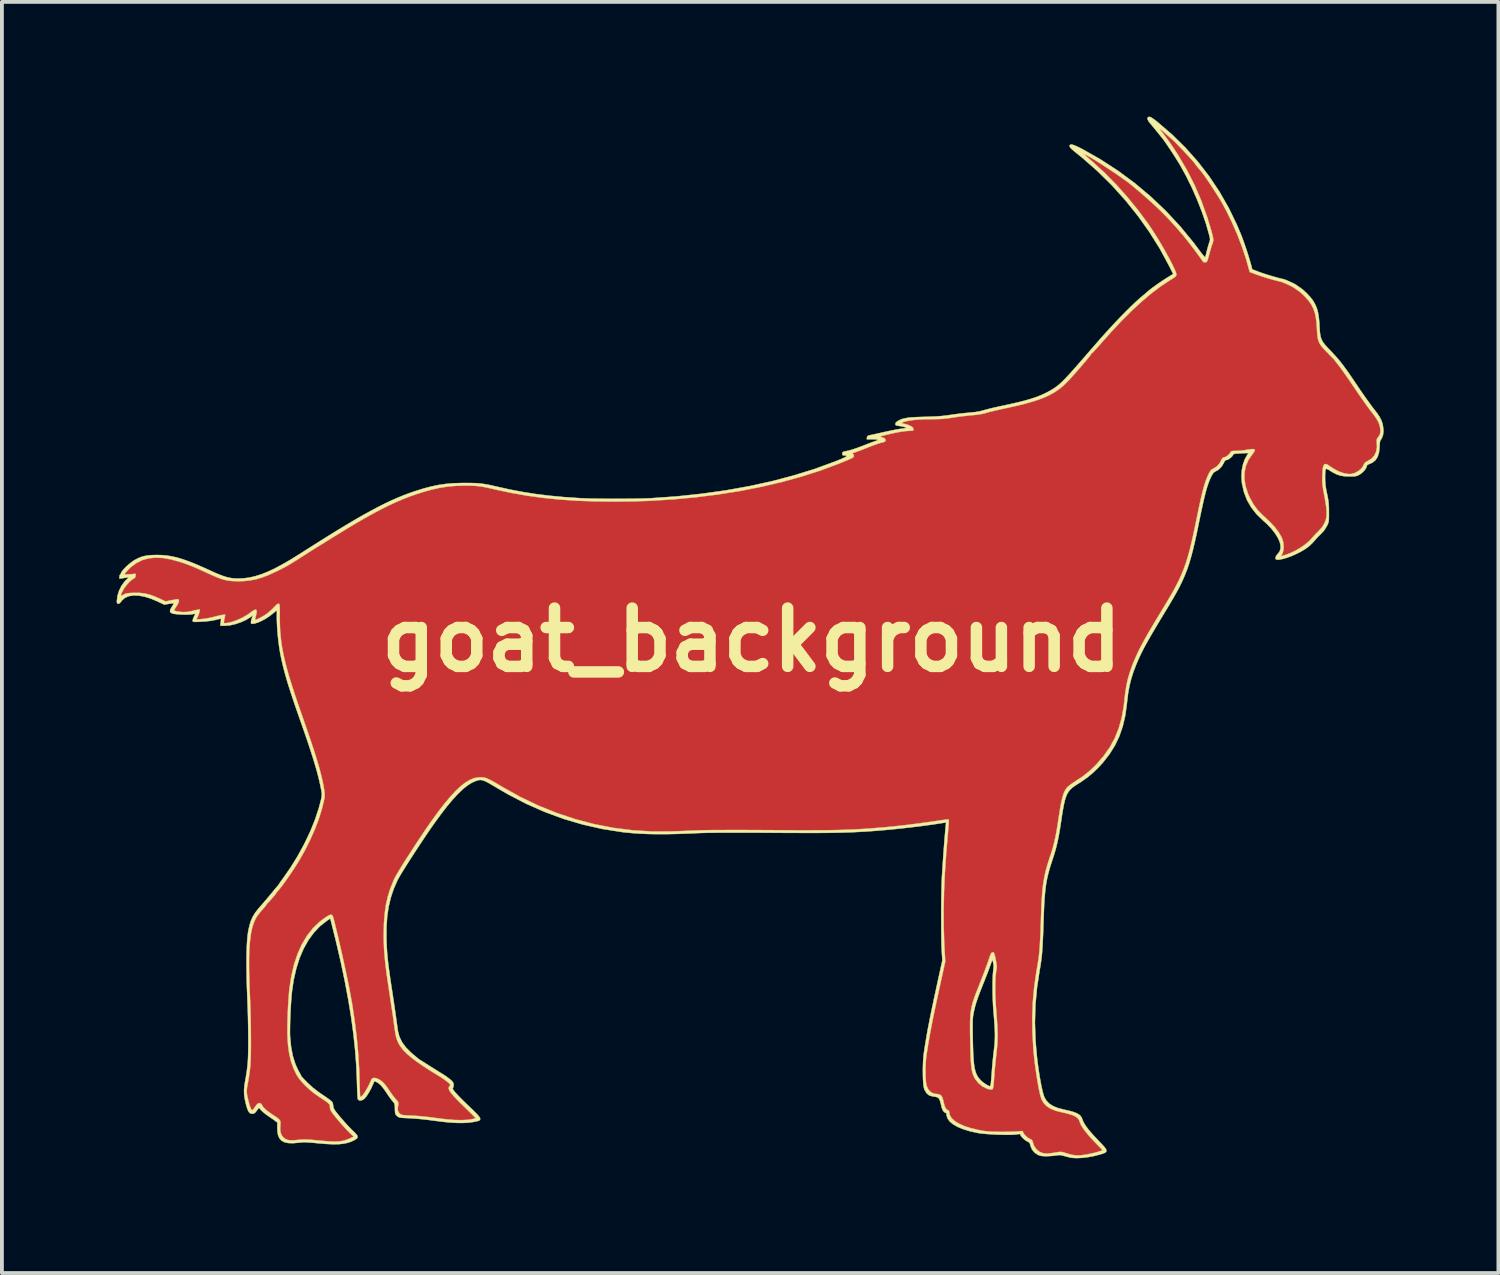
<source format=kicad_pcb>
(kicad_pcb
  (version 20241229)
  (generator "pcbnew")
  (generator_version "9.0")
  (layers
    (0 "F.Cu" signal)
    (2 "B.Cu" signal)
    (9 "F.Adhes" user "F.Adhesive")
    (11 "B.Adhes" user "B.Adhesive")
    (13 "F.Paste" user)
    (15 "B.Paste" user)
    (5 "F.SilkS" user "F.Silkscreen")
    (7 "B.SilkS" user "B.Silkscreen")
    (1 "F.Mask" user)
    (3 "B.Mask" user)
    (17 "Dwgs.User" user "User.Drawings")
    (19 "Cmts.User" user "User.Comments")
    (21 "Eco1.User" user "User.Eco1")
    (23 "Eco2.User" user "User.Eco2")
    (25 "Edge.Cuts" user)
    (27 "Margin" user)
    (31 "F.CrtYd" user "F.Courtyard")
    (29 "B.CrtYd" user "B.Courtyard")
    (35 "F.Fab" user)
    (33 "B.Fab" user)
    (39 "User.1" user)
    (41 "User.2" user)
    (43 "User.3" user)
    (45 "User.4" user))
  (footprint "goat_background"
    (layer "F.Cu")
    (at 16.6 13.683)
    (property "Reference" "goat_background" (at 0 0 0) (layer "F.SilkS") (effects (font (size 1.524 1.524) (thickness 0.3))))
    (attr through_hole)
    (fp_poly (pts (xy 8.687 -12.708) (xy 8.678 -12.7) (xy 8.67 -12.708) (xy 8.678 -12.717) (xy 8.687 -12.708)) (stroke (width 0.01) (type solid)) (fill yes) (layer "F.Cu"))
    (fp_poly (pts (xy 10.692 -13.351) (xy 10.73 -13.321) (xy 10.791 -13.269) (xy 10.874 -13.195) (xy 10.894 -13.178) (xy 11.091 -12.993) (xy 11.291 -12.788) (xy 11.486 -12.574) (xy 11.669 -12.358) (xy 11.831 -12.148) (xy 11.848 -12.124) (xy 12.127 -11.712) (xy 12.373 -11.291) (xy 12.589 -10.859) (xy 12.739 -10.507) (xy 12.781 -10.396) (xy 12.828 -10.265) (xy 12.875 -10.123) (xy 12.921 -9.981) (xy 12.961 -9.848) (xy 12.994 -9.733) (xy 13.004 -9.692) (xy 13.022 -9.622) (xy 13.21 -9.552) (xy 13.302 -9.52) (xy 13.411 -9.484) (xy 13.528 -9.449) (xy 13.643 -9.416) (xy 13.746 -9.389) (xy 13.829 -9.37) (xy 13.835 -9.368) (xy 13.87 -9.357) (xy 13.926 -9.335) (xy 13.992 -9.306) (xy 14.059 -9.275) (xy 14.119 -9.246) (xy 14.163 -9.222) (xy 14.177 -9.213) (xy 14.203 -9.193) (xy 14.246 -9.164) (xy 14.277 -9.143) (xy 14.36 -9.081) (xy 14.449 -8.999) (xy 14.533 -8.908) (xy 14.603 -8.818) (xy 14.613 -8.803) (xy 14.668 -8.708) (xy 14.71 -8.609) (xy 14.741 -8.498) (xy 14.763 -8.369) (xy 14.777 -8.215) (xy 14.781 -8.148) (xy 14.788 -8.026) (xy 14.797 -7.928) (xy 14.813 -7.849) (xy 14.838 -7.78) (xy 14.876 -7.715) (xy 14.929 -7.646) (xy 15.001 -7.567) (xy 15.069 -7.495) (xy 15.143 -7.417) (xy 15.209 -7.345) (xy 15.271 -7.274) (xy 15.332 -7.201) (xy 15.394 -7.12) (xy 15.461 -7.03) (xy 15.536 -6.924) (xy 15.622 -6.799) (xy 15.722 -6.652) (xy 15.761 -6.594) (xy 15.843 -6.474) (xy 15.925 -6.354) (xy 16.005 -6.24) (xy 16.079 -6.137) (xy 16.142 -6.05) (xy 16.192 -5.985) (xy 16.204 -5.969) (xy 16.293 -5.853) (xy 16.359 -5.752) (xy 16.403 -5.663) (xy 16.429 -5.58) (xy 16.437 -5.528) (xy 16.441 -5.445) (xy 16.43 -5.382) (xy 16.402 -5.327) (xy 16.381 -5.301) (xy 16.357 -5.27) (xy 16.345 -5.241) (xy 16.342 -5.202) (xy 16.347 -5.143) (xy 16.347 -5.134) (xy 16.347 -5.004) (xy 16.317 -4.89) (xy 16.261 -4.794) (xy 16.178 -4.718) (xy 16.108 -4.679) (xy 16.06 -4.655) (xy 16.027 -4.631) (xy 16.019 -4.617) (xy 16.01 -4.591) (xy 15.987 -4.549) (xy 15.968 -4.518) (xy 15.902 -4.445) (xy 15.813 -4.386) (xy 15.714 -4.349) (xy 15.677 -4.341) (xy 15.58 -4.342) (xy 15.468 -4.366) (xy 15.348 -4.41) (xy 15.228 -4.472) (xy 15.126 -4.539) (xy 15.066 -4.581) (xy 15.018 -4.601) (xy 14.983 -4.598) (xy 14.957 -4.57) (xy 14.94 -4.514) (xy 14.929 -4.429) (xy 14.922 -4.313) (xy 14.922 -4.299) (xy 14.92 -4.22) (xy 14.92 -4.152) (xy 14.924 -4.088) (xy 14.932 -4.019) (xy 14.944 -3.938) (xy 14.963 -3.837) (xy 14.978 -3.758) (xy 15.006 -3.601) (xy 15.025 -3.471) (xy 15.035 -3.364) (xy 15.035 -3.273) (xy 15.025 -3.195) (xy 15.006 -3.123) (xy 14.977 -3.053) (xy 14.972 -3.042) (xy 14.899 -2.928) (xy 14.816 -2.84) (xy 14.758 -2.784) (xy 14.7 -2.723) (xy 14.656 -2.671) (xy 14.656 -2.67) (xy 14.576 -2.584) (xy 14.471 -2.495) (xy 14.347 -2.41) (xy 14.212 -2.332) (xy 14.073 -2.267) (xy 13.942 -2.22) (xy 13.838 -2.189) (xy 13.874 -2.249) (xy 13.899 -2.317) (xy 13.91 -2.404) (xy 13.908 -2.5) (xy 13.891 -2.593) (xy 13.879 -2.633) (xy 13.821 -2.755) (xy 13.736 -2.881) (xy 13.623 -3.015) (xy 13.481 -3.158) (xy 13.392 -3.238) (xy 13.252 -3.376) (xy 13.138 -3.523) (xy 13.041 -3.69) (xy 13.028 -3.717) (xy 12.948 -3.912) (xy 12.899 -4.1) (xy 12.883 -4.28) (xy 12.898 -4.45) (xy 12.944 -4.611) (xy 13.022 -4.76) (xy 13.088 -4.849) (xy 13.134 -4.908) (xy 13.157 -4.95) (xy 13.155 -4.978) (xy 13.127 -4.991) (xy 13.07 -4.991) (xy 12.983 -4.98) (xy 12.929 -4.97) (xy 12.841 -4.958) (xy 12.744 -4.949) (xy 12.663 -4.945) (xy 12.596 -4.944) (xy 12.555 -4.939) (xy 12.534 -4.93) (xy 12.523 -4.914) (xy 12.523 -4.912) (xy 12.499 -4.873) (xy 12.457 -4.831) (xy 12.408 -4.796) (xy 12.364 -4.777) (xy 12.353 -4.775) (xy 12.325 -4.769) (xy 12.302 -4.745) (xy 12.277 -4.695) (xy 12.276 -4.693) (xy 12.219 -4.596) (xy 12.141 -4.52) (xy 12.069 -4.48) (xy 12.028 -4.453) (xy 11.988 -4.408) (xy 11.948 -4.341) (xy 11.908 -4.253) (xy 11.867 -4.141) (xy 11.825 -4.003) (xy 11.781 -3.838) (xy 11.735 -3.644) (xy 11.686 -3.42) (xy 11.634 -3.164) (xy 11.633 -3.158) (xy 11.587 -2.928) (xy 11.544 -2.728) (xy 11.504 -2.551) (xy 11.465 -2.393) (xy 11.426 -2.25) (xy 11.387 -2.117) (xy 11.345 -1.989) (xy 11.342 -1.981) (xy 11.296 -1.852) (xy 11.246 -1.727) (xy 11.192 -1.603) (xy 11.129 -1.475) (xy 11.056 -1.337) (xy 10.97 -1.184) (xy 10.868 -1.012) (xy 10.795 -0.889) (xy 10.67 -0.684) (xy 10.562 -0.504) (xy 10.468 -0.347) (xy 10.387 -0.209) (xy 10.317 -0.087) (xy 10.256 0.021) (xy 10.203 0.119) (xy 10.156 0.21) (xy 10.113 0.297) (xy 10.073 0.384) (xy 10.033 0.472) (xy 10.001 0.546) (xy 9.921 0.749) (xy 9.858 0.947) (xy 9.809 1.15) (xy 9.772 1.368) (xy 9.746 1.589) (xy 9.724 1.782) (xy 9.698 1.95) (xy 9.665 2.102) (xy 9.623 2.245) (xy 9.569 2.388) (xy 9.502 2.54) (xy 9.473 2.599) (xy 9.329 2.856) (xy 9.157 3.093) (xy 8.958 3.311) (xy 8.733 3.507) (xy 8.483 3.682) (xy 8.466 3.693) (xy 8.388 3.743) (xy 8.322 3.79) (xy 8.268 3.84) (xy 8.222 3.895) (xy 8.184 3.958) (xy 8.151 4.035) (xy 8.122 4.128) (xy 8.096 4.241) (xy 8.071 4.378) (xy 8.044 4.543) (xy 8.026 4.665) (xy 7.996 4.859) (xy 7.968 5.027) (xy 7.939 5.174) (xy 7.908 5.309) (xy 7.874 5.437) (xy 7.835 5.566) (xy 7.797 5.681) (xy 7.749 5.828) (xy 7.708 5.965) (xy 7.675 6.099) (xy 7.647 6.234) (xy 7.625 6.375) (xy 7.607 6.528) (xy 7.592 6.697) (xy 7.581 6.889) (xy 7.572 7.108) (xy 7.57 7.18) (xy 7.562 7.394) (xy 7.556 7.578) (xy 7.549 7.736) (xy 7.543 7.872) (xy 7.536 7.991) (xy 7.528 8.095) (xy 7.519 8.19) (xy 7.509 8.279) (xy 7.498 8.366) (xy 7.484 8.455) (xy 7.468 8.55) (xy 7.459 8.602) (xy 7.398 9) (xy 7.358 9.391) (xy 7.339 9.783) (xy 7.34 10.185) (xy 7.361 10.605) (xy 7.367 10.685) (xy 7.381 10.838) (xy 7.399 11) (xy 7.419 11.166) (xy 7.443 11.331) (xy 7.467 11.49) (xy 7.493 11.638) (xy 7.518 11.769) (xy 7.542 11.879) (xy 7.565 11.962) (xy 7.574 11.987) (xy 7.624 12.088) (xy 7.696 12.171) (xy 7.791 12.24) (xy 7.913 12.294) (xy 8.065 12.338) (xy 8.108 12.347) (xy 8.249 12.378) (xy 8.359 12.41) (xy 8.443 12.444) (xy 8.504 12.482) (xy 8.547 12.528) (xy 8.575 12.582) (xy 8.583 12.609) (xy 8.614 12.682) (xy 8.671 12.774) (xy 8.754 12.883) (xy 8.861 13.007) (xy 8.975 13.129) (xy 9.178 13.339) (xy 9.131 13.357) (xy 9.05 13.384) (xy 8.951 13.41) (xy 8.841 13.435) (xy 8.732 13.455) (xy 8.632 13.47) (xy 8.552 13.477) (xy 8.528 13.477) (xy 8.464 13.472) (xy 8.396 13.463) (xy 8.383 13.461) (xy 8.326 13.447) (xy 8.254 13.427) (xy 8.201 13.41) (xy 8.149 13.394) (xy 8.108 13.385) (xy 8.068 13.383) (xy 8.018 13.388) (xy 7.946 13.399) (xy 7.935 13.401) (xy 7.824 13.418) (xy 7.737 13.426) (xy 7.669 13.425) (xy 7.61 13.413) (xy 7.554 13.392) (xy 7.538 13.384) (xy 7.454 13.324) (xy 7.391 13.241) (xy 7.356 13.142) (xy 7.354 13.133) (xy 7.343 13.091) (xy 7.317 13.064) (xy 7.275 13.041) (xy 7.223 13.011) (xy 7.172 12.968) (xy 7.128 12.922) (xy 7.101 12.879) (xy 7.095 12.858) (xy 7.091 12.844) (xy 7.075 12.838) (xy 7.04 12.838) (xy 6.979 12.845) (xy 6.972 12.846) (xy 6.915 12.851) (xy 6.833 12.855) (xy 6.732 12.858) (xy 6.622 12.859) (xy 6.519 12.86) (xy 6.386 12.858) (xy 6.278 12.855) (xy 6.187 12.849) (xy 6.104 12.84) (xy 6.02 12.827) (xy 5.986 12.821) (xy 5.783 12.776) (xy 5.606 12.723) (xy 5.458 12.663) (xy 5.339 12.596) (xy 5.249 12.522) (xy 5.192 12.443) (xy 5.166 12.359) (xy 5.165 12.335) (xy 5.157 12.303) (xy 5.142 12.294) (xy 5.104 12.277) (xy 5.069 12.232) (xy 5.04 12.161) (xy 5.024 12.095) (xy 5.008 12.028) (xy 4.99 11.969) (xy 4.973 11.931) (xy 4.953 11.907) (xy 4.929 11.89) (xy 4.892 11.878) (xy 4.834 11.868) (xy 4.789 11.862) (xy 4.71 11.839) (xy 4.648 11.792) (xy 4.601 11.718) (xy 4.567 11.616) (xy 4.553 11.546) (xy 4.543 11.46) (xy 4.538 11.364) (xy 4.539 11.255) (xy 4.545 11.132) (xy 4.558 10.994) (xy 4.577 10.838) (xy 4.603 10.662) (xy 4.635 10.466) (xy 4.675 10.246) (xy 4.697 10.134) (xy 5.712 10.134) (xy 5.713 10.28) (xy 5.716 10.457) (xy 5.716 10.465) (xy 5.72 10.656) (xy 5.725 10.817) (xy 5.73 10.951) (xy 5.737 11.062) (xy 5.745 11.154) (xy 5.756 11.229) (xy 5.769 11.292) (xy 5.784 11.346) (xy 5.803 11.394) (xy 5.816 11.422) (xy 5.881 11.526) (xy 5.965 11.616) (xy 6.06 11.686) (xy 6.161 11.733) (xy 6.26 11.75) (xy 6.291 11.749) (xy 6.308 11.739) (xy 6.317 11.71) (xy 6.323 11.663) (xy 6.328 11.614) (xy 6.334 11.539) (xy 6.341 11.449) (xy 6.348 11.352) (xy 6.351 11.32) (xy 6.36 11.203) (xy 6.373 11.068) (xy 6.387 10.933) (xy 6.401 10.811) (xy 6.402 10.803) (xy 6.417 10.671) (xy 6.427 10.544) (xy 6.432 10.418) (xy 6.432 10.285) (xy 6.427 10.14) (xy 6.418 9.974) (xy 6.403 9.783) (xy 6.401 9.754) (xy 6.383 9.51) (xy 6.372 9.288) (xy 6.368 9.088) (xy 6.371 8.914) (xy 6.381 8.769) (xy 6.393 8.678) (xy 6.404 8.611) (xy 6.409 8.56) (xy 6.409 8.512) (xy 6.402 8.458) (xy 6.389 8.387) (xy 6.38 8.345) (xy 6.363 8.265) (xy 6.35 8.212) (xy 6.339 8.182) (xy 6.326 8.168) (xy 6.311 8.165) (xy 6.301 8.165) (xy 6.283 8.171) (xy 6.267 8.186) (xy 6.25 8.216) (xy 6.231 8.267) (xy 6.205 8.344) (xy 6.198 8.365) (xy 6.161 8.475) (xy 6.114 8.603) (xy 6.064 8.738) (xy 6.013 8.868) (xy 5.965 8.983) (xy 5.943 9.034) (xy 5.918 9.097) (xy 5.886 9.181) (xy 5.852 9.277) (xy 5.819 9.372) (xy 5.792 9.457) (xy 5.784 9.483) (xy 5.764 9.554) (xy 5.748 9.62) (xy 5.735 9.684) (xy 5.725 9.751) (xy 5.718 9.825) (xy 5.714 9.91) (xy 5.712 10.012) (xy 5.712 10.134) (xy 4.697 10.134) (xy 4.722 10.001) (xy 4.777 9.729) (xy 4.841 9.429) (xy 4.912 9.099) (xy 4.935 8.992) (xy 5.064 8.407) (xy 5.047 8.128) (xy 5.029 7.709) (xy 5.021 7.277) (xy 5.025 6.83) (xy 5.04 6.364) (xy 5.067 5.875) (xy 5.106 5.359) (xy 5.132 5.065) (xy 5.141 4.958) (xy 5.149 4.862) (xy 5.154 4.784) (xy 5.157 4.727) (xy 5.157 4.696) (xy 5.156 4.693) (xy 5.136 4.691) (xy 5.091 4.694) (xy 5.03 4.701) (xy 5.007 4.705) (xy 4.706 4.749) (xy 4.431 4.787) (xy 4.178 4.821) (xy 3.94 4.849) (xy 3.712 4.874) (xy 3.488 4.896) (xy 3.262 4.915) (xy 3.217 4.918) (xy 3.068 4.929) (xy 2.924 4.939) (xy 2.782 4.947) (xy 2.64 4.955) (xy 2.494 4.961) (xy 2.34 4.966) (xy 2.178 4.97) (xy 2.002 4.972) (xy 1.811 4.974) (xy 1.601 4.975) (xy 1.369 4.976) (xy 1.113 4.975) (xy 0.829 4.974) (xy 0.515 4.972) (xy 0.483 4.971) (xy 0.172 4.97) (xy -0.117 4.968) (xy -0.383 4.968) (xy -0.624 4.968) (xy -0.84 4.969) (xy -1.028 4.97) (xy -1.188 4.972) (xy -1.316 4.975) (xy -1.413 4.978) (xy -1.422 4.978) (xy -1.558 4.984) (xy -1.715 4.991) (xy -1.88 4.997) (xy -2.039 5.002) (xy -2.176 5.006) (xy -2.685 5.003) (xy -3.191 4.967) (xy -3.695 4.897) (xy -4.195 4.794) (xy -4.688 4.659) (xy -5.175 4.492) (xy -5.653 4.294) (xy -6.122 4.063) (xy -6.511 3.844) (xy -6.636 3.77) (xy -6.736 3.711) (xy -6.816 3.667) (xy -6.88 3.635) (xy -6.933 3.613) (xy -6.978 3.6) (xy -7.021 3.593) (xy -7.064 3.59) (xy -7.082 3.59) (xy -7.19 3.598) (xy -7.29 3.624) (xy -7.393 3.672) (xy -7.474 3.721) (xy -7.557 3.782) (xy -7.645 3.855) (xy -7.736 3.942) (xy -7.834 4.046) (xy -7.938 4.167) (xy -8.051 4.307) (xy -8.174 4.467) (xy -8.307 4.65) (xy -8.452 4.856) (xy -8.611 5.088) (xy -8.784 5.347) (xy -8.895 5.515) (xy -9.014 5.698) (xy -9.114 5.855) (xy -9.198 5.992) (xy -9.267 6.11) (xy -9.323 6.212) (xy -9.368 6.302) (xy -9.403 6.382) (xy -9.423 6.435) (xy -9.485 6.621) (xy -9.533 6.798) (xy -9.569 6.974) (xy -9.594 7.157) (xy -9.61 7.354) (xy -9.617 7.573) (xy -9.618 7.693) (xy -9.617 7.834) (xy -9.613 7.972) (xy -9.606 8.112) (xy -9.595 8.257) (xy -9.58 8.412) (xy -9.56 8.581) (xy -9.536 8.768) (xy -9.506 8.977) (xy -9.47 9.214) (xy -9.447 9.364) (xy -9.427 9.493) (xy -9.405 9.643) (xy -9.382 9.799) (xy -9.361 9.949) (xy -9.347 10.048) (xy -9.33 10.169) (xy -9.317 10.262) (xy -9.304 10.333) (xy -9.291 10.389) (xy -9.277 10.435) (xy -9.261 10.477) (xy -9.24 10.522) (xy -9.238 10.526) (xy -9.18 10.622) (xy -9.097 10.726) (xy -8.997 10.831) (xy -8.886 10.93) (xy -8.809 10.99) (xy -8.749 11.031) (xy -8.672 11.083) (xy -8.584 11.141) (xy -8.49 11.201) (xy -8.398 11.26) (xy -8.314 11.312) (xy -8.243 11.355) (xy -8.193 11.384) (xy -8.185 11.388) (xy -8.143 11.411) (xy -8.115 11.428) (xy -8.111 11.431) (xy -8.093 11.445) (xy -8.057 11.472) (xy -8.026 11.493) (xy -7.974 11.532) (xy -7.927 11.572) (xy -7.909 11.589) (xy -7.883 11.62) (xy -7.879 11.64) (xy -7.895 11.662) (xy -7.899 11.666) (xy -7.915 11.692) (xy -7.919 11.723) (xy -7.908 11.761) (xy -7.882 11.808) (xy -7.838 11.866) (xy -7.776 11.938) (xy -7.692 12.026) (xy -7.586 12.133) (xy -7.479 12.236) (xy -7.401 12.312) (xy -7.333 12.379) (xy -7.277 12.435) (xy -7.236 12.476) (xy -7.216 12.499) (xy -7.214 12.502) (xy -7.229 12.509) (xy -7.269 12.519) (xy -7.327 12.531) (xy -7.336 12.533) (xy -7.48 12.55) (xy -7.654 12.553) (xy -7.858 12.543) (xy -8.092 12.519) (xy -8.255 12.497) (xy -8.391 12.479) (xy -8.534 12.463) (xy -8.673 12.449) (xy -8.798 12.439) (xy -8.888 12.434) (xy -8.988 12.43) (xy -9.06 12.425) (xy -9.111 12.42) (xy -9.145 12.412) (xy -9.17 12.402) (xy -9.191 12.388) (xy -9.195 12.384) (xy -9.238 12.333) (xy -9.255 12.272) (xy -9.248 12.193) (xy -9.243 12.172) (xy -9.222 12.09) (xy -9.291 12.018) (xy -9.332 11.97) (xy -9.383 11.905) (xy -9.433 11.835) (xy -9.449 11.811) (xy -9.519 11.709) (xy -9.576 11.632) (xy -9.626 11.575) (xy -9.672 11.533) (xy -9.72 11.5) (xy -9.734 11.492) (xy -9.816 11.456) (xy -9.879 11.447) (xy -9.922 11.464) (xy -9.941 11.493) (xy -9.972 11.567) (xy -10.013 11.651) (xy -10.06 11.737) (xy -10.106 11.814) (xy -10.147 11.874) (xy -10.162 11.894) (xy -10.198 11.933) (xy -10.217 11.949) (xy -10.227 11.945) (xy -10.233 11.922) (xy -10.234 11.921) (xy -10.236 11.893) (xy -10.24 11.836) (xy -10.243 11.755) (xy -10.246 11.657) (xy -10.25 11.544) (xy -10.252 11.455) (xy -10.263 11.157) (xy -10.284 10.836) (xy -10.314 10.501) (xy -10.351 10.16) (xy -10.396 9.822) (xy -10.446 9.496) (xy -10.5 9.191) (xy -10.525 9.068) (xy -10.541 8.993) (xy -10.557 8.916) (xy -10.567 8.865) (xy -10.597 8.722) (xy -10.631 8.558) (xy -10.67 8.38) (xy -10.712 8.194) (xy -10.755 8.006) (xy -10.798 7.821) (xy -10.839 7.646) (xy -10.878 7.487) (xy -10.912 7.349) (xy -10.938 7.25) (xy -10.955 7.206) (xy -10.979 7.184) (xy -11.014 7.184) (xy -11.066 7.206) (xy -11.138 7.25) (xy -11.146 7.256) (xy -11.336 7.404) (xy -11.506 7.579) (xy -11.655 7.78) (xy -11.784 8.009) (xy -11.892 8.264) (xy -11.979 8.546) (xy -12.045 8.854) (xy -12.083 9.11) (xy -12.095 9.237) (xy -12.107 9.387) (xy -12.117 9.553) (xy -12.126 9.727) (xy -12.132 9.902) (xy -12.136 10.069) (xy -12.137 10.22) (xy -12.136 10.348) (xy -12.134 10.384) (xy -12.116 10.627) (xy -12.084 10.844) (xy -12.036 11.038) (xy -11.971 11.216) (xy -11.899 11.362) (xy -11.821 11.48) (xy -11.715 11.603) (xy -11.589 11.726) (xy -11.447 11.844) (xy -11.303 11.946) (xy -11.207 12.008) (xy -11.136 12.057) (xy -11.086 12.094) (xy -11.054 12.124) (xy -11.035 12.15) (xy -11.026 12.176) (xy -11.024 12.205) (xy -11.024 12.215) (xy -11.018 12.262) (xy -10.998 12.309) (xy -10.96 12.367) (xy -10.953 12.377) (xy -10.889 12.459) (xy -10.81 12.554) (xy -10.724 12.654) (xy -10.638 12.75) (xy -10.558 12.834) (xy -10.503 12.889) (xy -10.402 12.985) (xy -10.497 13.028) (xy -10.575 13.06) (xy -10.648 13.085) (xy -10.722 13.102) (xy -10.802 13.111) (xy -10.893 13.114) (xy -11.002 13.111) (xy -11.133 13.102) (xy -11.287 13.088) (xy -11.417 13.075) (xy -11.52 13.067) (xy -11.602 13.061) (xy -11.671 13.059) (xy -11.731 13.06) (xy -11.791 13.063) (xy -11.855 13.07) (xy -11.864 13.071) (xy -11.978 13.08) (xy -12.066 13.08) (xy -12.134 13.069) (xy -12.188 13.047) (xy -12.234 13.011) (xy -12.241 13.004) (xy -12.287 12.945) (xy -12.315 12.876) (xy -12.324 12.789) (xy -12.321 12.7) (xy -12.317 12.643) (xy -12.318 12.6) (xy -12.327 12.565) (xy -12.35 12.534) (xy -12.39 12.5) (xy -12.451 12.458) (xy -12.519 12.413) (xy -12.634 12.333) (xy -12.719 12.263) (xy -12.775 12.203) (xy -12.802 12.158) (xy -12.825 12.12) (xy -12.86 12.108) (xy -12.869 12.107) (xy -12.899 12.113) (xy -12.928 12.135) (xy -12.962 12.178) (xy -12.977 12.2) (xy -13.011 12.248) (xy -13.039 12.282) (xy -13.055 12.294) (xy -13.078 12.277) (xy -13.102 12.228) (xy -13.129 12.15) (xy -13.153 12.057) (xy -13.176 11.959) (xy -13.191 11.883) (xy -13.198 11.822) (xy -13.198 11.763) (xy -13.191 11.698) (xy -13.177 11.616) (xy -13.167 11.561) (xy -13.148 11.455) (xy -13.13 11.34) (xy -13.115 11.23) (xy -13.107 11.151) (xy -13.1 11.055) (xy -13.095 10.929) (xy -13.092 10.779) (xy -13.09 10.608) (xy -13.09 10.42) (xy -13.092 10.221) (xy -13.095 10.013) (xy -13.099 9.803) (xy -13.105 9.593) (xy -13.112 9.389) (xy -13.116 9.296) (xy -13.126 9.049) (xy -13.133 8.81) (xy -13.136 8.585) (xy -13.136 8.375) (xy -13.133 8.184) (xy -13.128 8.016) (xy -13.119 7.874) (xy -13.107 7.76) (xy -13.099 7.713) (xy -13.069 7.567) (xy -13.035 7.446) (xy -12.994 7.342) (xy -12.94 7.245) (xy -12.87 7.147) (xy -12.78 7.039) (xy -12.779 7.038) (xy -12.494 6.7) (xy -12.239 6.373) (xy -12.013 6.054) (xy -11.814 5.741) (xy -11.64 5.43) (xy -11.49 5.12) (xy -11.363 4.808) (xy -11.289 4.593) (xy -11.242 4.443) (xy -11.207 4.319) (xy -11.183 4.215) (xy -11.169 4.126) (xy -11.164 4.047) (xy -11.167 3.971) (xy -11.173 3.925) (xy -11.195 3.795) (xy -11.229 3.639) (xy -11.273 3.462) (xy -11.325 3.269) (xy -11.385 3.065) (xy -11.449 2.856) (xy -11.518 2.646) (xy -11.575 2.481) (xy -11.617 2.363) (xy -11.664 2.229) (xy -11.712 2.094) (xy -11.755 1.973) (xy -11.764 1.947) (xy -11.872 1.639) (xy -11.966 1.358) (xy -12.047 1.101) (xy -12.117 0.865) (xy -12.176 0.647) (xy -12.224 0.444) (xy -12.262 0.251) (xy -12.291 0.067) (xy -12.313 -0.113) (xy -12.326 -0.292) (xy -12.333 -0.472) (xy -12.335 -0.588) (xy -12.335 -0.707) (xy -12.335 -0.797) (xy -12.337 -0.861) (xy -12.34 -0.904) (xy -12.344 -0.93) (xy -12.351 -0.943) (xy -12.36 -0.948) (xy -12.371 -0.948) (xy -12.405 -0.934) (xy -12.45 -0.895) (xy -12.477 -0.865) (xy -12.527 -0.812) (xy -12.591 -0.753) (xy -12.653 -0.702) (xy -12.708 -0.664) (xy -12.772 -0.624) (xy -12.837 -0.587) (xy -12.898 -0.556) (xy -12.946 -0.535) (xy -12.975 -0.527) (xy -12.98 -0.529) (xy -12.98 -0.548) (xy -12.971 -0.588) (xy -12.963 -0.62) (xy -12.941 -0.705) (xy -12.938 -0.762) (xy -12.953 -0.79) (xy -12.987 -0.79) (xy -13.04 -0.763) (xy -13.105 -0.715) (xy -13.197 -0.65) (xy -13.306 -0.588) (xy -13.423 -0.533) (xy -13.541 -0.488) (xy -13.65 -0.456) (xy -13.743 -0.441) (xy -13.763 -0.44) (xy -13.791 -0.444) (xy -13.799 -0.46) (xy -13.793 -0.495) (xy -13.781 -0.554) (xy -13.772 -0.607) (xy -13.762 -0.664) (xy -13.836 -0.655) (xy -13.886 -0.646) (xy -13.957 -0.631) (xy -14.036 -0.612) (xy -14.07 -0.602) (xy -14.161 -0.581) (xy -14.261 -0.562) (xy -14.352 -0.549) (xy -14.373 -0.548) (xy -14.515 -0.537) (xy -14.481 -0.604) (xy -14.456 -0.663) (xy -14.437 -0.725) (xy -14.435 -0.736) (xy -14.422 -0.801) (xy -14.488 -0.79) (xy -14.544 -0.779) (xy -14.612 -0.763) (xy -14.647 -0.754) (xy -14.769 -0.733) (xy -14.899 -0.731) (xy -15.017 -0.748) (xy -15.064 -0.76) (xy -15.095 -0.769) (xy -15.102 -0.772) (xy -15.096 -0.787) (xy -15.075 -0.822) (xy -15.043 -0.871) (xy -15.038 -0.878) (xy -14.994 -0.952) (xy -14.972 -1.01) (xy -14.972 -1.048) (xy -14.995 -1.066) (xy -15.005 -1.067) (xy -15.038 -1.063) (xy -15.093 -1.055) (xy -15.161 -1.042) (xy -15.181 -1.038) (xy -15.321 -1.009) (xy -15.488 -1.087) (xy -15.638 -1.152) (xy -15.774 -1.196) (xy -15.905 -1.223) (xy -16.044 -1.234) (xy -16.146 -1.233) (xy -16.237 -1.23) (xy -16.301 -1.225) (xy -16.347 -1.217) (xy -16.383 -1.205) (xy -16.415 -1.189) (xy -16.456 -1.168) (xy -16.485 -1.159) (xy -16.491 -1.16) (xy -16.488 -1.179) (xy -16.472 -1.22) (xy -16.447 -1.275) (xy -16.436 -1.296) (xy -16.386 -1.378) (xy -16.322 -1.46) (xy -16.252 -1.533) (xy -16.184 -1.589) (xy -16.142 -1.613) (xy -16.111 -1.641) (xy -16.104 -1.681) (xy -16.104 -1.731) (xy -16.248 -1.719) (xy -16.328 -1.714) (xy -16.375 -1.716) (xy -16.391 -1.725) (xy -16.391 -1.725) (xy -16.38 -1.744) (xy -16.35 -1.78) (xy -16.306 -1.828) (xy -16.276 -1.858) (xy -16.143 -1.973) (xy -15.998 -2.059) (xy -15.842 -2.118) (xy -15.671 -2.149) (xy -15.486 -2.152) (xy -15.283 -2.128) (xy -15.061 -2.078) (xy -14.952 -2.045) (xy -14.854 -2.013) (xy -14.761 -1.98) (xy -14.666 -1.944) (xy -14.564 -1.901) (xy -14.447 -1.851) (xy -14.31 -1.788) (xy -14.227 -1.75) (xy -14.085 -1.686) (xy -13.967 -1.636) (xy -13.866 -1.598) (xy -13.776 -1.571) (xy -13.69 -1.554) (xy -13.602 -1.543) (xy -13.505 -1.538) (xy -13.428 -1.537) (xy -13.332 -1.539) (xy -13.236 -1.543) (xy -13.152 -1.549) (xy -13.091 -1.557) (xy -13.089 -1.557) (xy -12.896 -1.605) (xy -12.683 -1.68) (xy -12.453 -1.78) (xy -12.208 -1.906) (xy -11.948 -2.056) (xy -11.797 -2.151) (xy -11.703 -2.211) (xy -11.617 -2.267) (xy -11.541 -2.315) (xy -11.483 -2.352) (xy -11.446 -2.375) (xy -11.441 -2.378) (xy -11.414 -2.395) (xy -11.361 -2.428) (xy -11.288 -2.473) (xy -11.199 -2.528) (xy -11.097 -2.592) (xy -10.986 -2.661) (xy -10.947 -2.685) (xy -10.738 -2.815) (xy -10.552 -2.929) (xy -10.385 -3.029) (xy -10.235 -3.117) (xy -10.095 -3.197) (xy -9.963 -3.271) (xy -9.833 -3.34) (xy -9.702 -3.408) (xy -9.694 -3.412) (xy -9.322 -3.591) (xy -8.964 -3.74) (xy -8.62 -3.859) (xy -8.29 -3.948) (xy -7.971 -4.009) (xy -7.665 -4.04) (xy -7.369 -4.042) (xy -7.083 -4.015) (xy -6.892 -3.979) (xy -6.818 -3.963) (xy -6.723 -3.941) (xy -6.62 -3.918) (xy -6.521 -3.895) (xy -6.12 -3.814) (xy -5.691 -3.747) (xy -5.233 -3.694) (xy -4.747 -3.655) (xy -4.236 -3.63) (xy -3.7 -3.62) (xy -3.14 -3.624) (xy -3.053 -3.626) (xy -2.444 -3.65) (xy -1.84 -3.694) (xy -1.246 -3.756) (xy -0.663 -3.837) (xy -0.094 -3.935) (xy 0.457 -4.05) (xy 0.987 -4.182) (xy 1.495 -4.33) (xy 1.977 -4.494) (xy 2.261 -4.603) (xy 2.386 -4.653) (xy 2.482 -4.693) (xy 2.555 -4.723) (xy 2.607 -4.747) (xy 2.641 -4.766) (xy 2.661 -4.781) (xy 2.672 -4.794) (xy 2.675 -4.808) (xy 2.675 -4.817) (xy 2.664 -4.852) (xy 2.646 -4.868) (xy 2.637 -4.878) (xy 2.657 -4.89) (xy 2.706 -4.908) (xy 2.709 -4.909) (xy 2.759 -4.926) (xy 2.832 -4.953) (xy 2.918 -4.986) (xy 3.01 -5.022) (xy 3.04 -5.034) (xy 3.134 -5.071) (xy 3.228 -5.106) (xy 3.313 -5.135) (xy 3.378 -5.155) (xy 3.392 -5.159) (xy 3.452 -5.174) (xy 3.486 -5.187) (xy 3.501 -5.202) (xy 3.503 -5.223) (xy 3.502 -5.23) (xy 3.49 -5.263) (xy 3.458 -5.284) (xy 3.435 -5.291) (xy 3.392 -5.305) (xy 3.365 -5.317) (xy 3.362 -5.319) (xy 3.374 -5.326) (xy 3.413 -5.338) (xy 3.474 -5.353) (xy 3.55 -5.372) (xy 3.636 -5.391) (xy 3.726 -5.411) (xy 3.813 -5.429) (xy 3.893 -5.444) (xy 3.945 -5.452) (xy 4.021 -5.462) (xy 4.1 -5.468) (xy 4.146 -5.469) (xy 4.198 -5.47) (xy 4.224 -5.476) (xy 4.232 -5.491) (xy 4.23 -5.516) (xy 4.219 -5.549) (xy 4.19 -5.577) (xy 4.145 -5.602) (xy 4.083 -5.628) (xy 4.02 -5.647) (xy 3.997 -5.651) (xy 3.954 -5.66) (xy 3.93 -5.671) (xy 3.929 -5.674) (xy 3.944 -5.69) (xy 3.988 -5.706) (xy 4.054 -5.723) (xy 4.137 -5.739) (xy 4.23 -5.752) (xy 4.293 -5.758) (xy 4.38 -5.764) (xy 4.489 -5.769) (xy 4.606 -5.772) (xy 4.72 -5.774) (xy 4.745 -5.774) (xy 4.897 -5.777) (xy 5.032 -5.785) (xy 5.168 -5.801) (xy 5.262 -5.815) (xy 5.379 -5.833) (xy 5.511 -5.85) (xy 5.643 -5.865) (xy 5.757 -5.876) (xy 5.9 -5.89) (xy 6.016 -5.908) (xy 6.11 -5.931) (xy 6.127 -5.937) (xy 6.183 -5.953) (xy 6.264 -5.974) (xy 6.365 -5.998) (xy 6.477 -6.024) (xy 6.593 -6.049) (xy 6.62 -6.055) (xy 6.854 -6.106) (xy 7.059 -6.153) (xy 7.237 -6.199) (xy 7.393 -6.245) (xy 7.53 -6.291) (xy 7.651 -6.339) (xy 7.761 -6.39) (xy 7.864 -6.445) (xy 7.95 -6.498) (xy 8.014 -6.542) (xy 8.081 -6.593) (xy 8.146 -6.645) (xy 8.204 -6.695) (xy 8.249 -6.738) (xy 8.276 -6.768) (xy 8.28 -6.779) (xy 8.293 -6.803) (xy 8.311 -6.818) (xy 8.328 -6.835) (xy 8.365 -6.874) (xy 8.42 -6.934) (xy 8.489 -7.012) (xy 8.572 -7.106) (xy 8.665 -7.212) (xy 8.767 -7.328) (xy 8.875 -7.452) (xy 8.883 -7.461) (xy 9.126 -7.739) (xy 9.351 -7.99) (xy 9.56 -8.217) (xy 9.756 -8.422) (xy 9.939 -8.607) (xy 10.113 -8.772) (xy 10.278 -8.921) (xy 10.437 -9.054) (xy 10.591 -9.173) (xy 10.743 -9.281) (xy 10.894 -9.379) (xy 10.933 -9.403) (xy 11.008 -9.449) (xy 11.058 -9.483) (xy 11.088 -9.508) (xy 11.103 -9.529) (xy 11.108 -9.551) (xy 11.108 -9.555) (xy 11.099 -9.595) (xy 11.075 -9.659) (xy 11.036 -9.745) (xy 10.985 -9.849) (xy 10.924 -9.966) (xy 10.855 -10.093) (xy 10.78 -10.227) (xy 10.7 -10.363) (xy 10.619 -10.499) (xy 10.537 -10.629) (xy 10.489 -10.703) (xy 10.247 -11.05) (xy 9.979 -11.396) (xy 9.692 -11.733) (xy 9.392 -12.055) (xy 9.085 -12.353) (xy 8.922 -12.499) (xy 8.85 -12.562) (xy 8.789 -12.616) (xy 8.741 -12.659) (xy 8.711 -12.687) (xy 8.704 -12.695) (xy 8.717 -12.695) (xy 8.755 -12.678) (xy 8.814 -12.645) (xy 8.89 -12.6) (xy 8.982 -12.545) (xy 9.084 -12.48) (xy 9.193 -12.41) (xy 9.308 -12.336) (xy 9.423 -12.259) (xy 9.536 -12.183) (xy 9.643 -12.109) (xy 9.741 -12.04) (xy 9.826 -11.978) (xy 9.896 -11.925) (xy 9.915 -11.91) (xy 10.189 -11.68) (xy 10.438 -11.461) (xy 10.666 -11.246) (xy 10.88 -11.031) (xy 11.083 -10.811) (xy 11.282 -10.581) (xy 11.287 -10.575) (xy 11.337 -10.513) (xy 11.398 -10.436) (xy 11.466 -10.349) (xy 11.535 -10.258) (xy 11.604 -10.167) (xy 11.667 -10.083) (xy 11.72 -10.01) (xy 11.76 -9.953) (xy 11.781 -9.921) (xy 11.809 -9.885) (xy 11.843 -9.875) (xy 11.862 -9.876) (xy 11.882 -9.879) (xy 11.898 -9.886) (xy 11.911 -9.904) (xy 11.925 -9.937) (xy 11.941 -9.99) (xy 11.962 -10.069) (xy 11.973 -10.109) (xy 11.996 -10.196) (xy 12.018 -10.273) (xy 12.037 -10.333) (xy 12.051 -10.37) (xy 12.053 -10.375) (xy 12.066 -10.406) (xy 12.071 -10.442) (xy 12.069 -10.49) (xy 12.057 -10.555) (xy 12.036 -10.641) (xy 12.007 -10.746) (xy 11.888 -11.132) (xy 11.755 -11.495) (xy 11.605 -11.845) (xy 11.433 -12.191) (xy 11.237 -12.539) (xy 11.155 -12.675) (xy 11.119 -12.73) (xy 11.069 -12.804) (xy 11.01 -12.89) (xy 10.946 -12.982) (xy 10.882 -13.073) (xy 10.823 -13.156) (xy 10.772 -13.225) (xy 10.736 -13.272) (xy 10.735 -13.273) (xy 10.698 -13.321) (xy 10.677 -13.35) (xy 10.675 -13.361) (xy 10.692 -13.351)) (stroke (width 0.01) (type solid)) (fill yes) (layer "F.Cu"))
    (fp_poly (pts (xy 6.333 8.173) (xy 6.344 8.195) (xy 6.356 8.236) (xy 6.371 8.301) (xy 6.38 8.345) (xy 6.397 8.428) (xy 6.407 8.488) (xy 6.41 8.538) (xy 6.407 8.586) (xy 6.399 8.645) (xy 6.393 8.678) (xy 6.378 8.8) (xy 6.37 8.952) (xy 6.369 9.132) (xy 6.374 9.337) (xy 6.387 9.565) (xy 6.401 9.754) (xy 6.416 9.949) (xy 6.426 10.118) (xy 6.432 10.266) (xy 6.432 10.4) (xy 6.428 10.527) (xy 6.418 10.653) (xy 6.404 10.784) (xy 6.402 10.803) (xy 6.388 10.923) (xy 6.374 11.058) (xy 6.361 11.194) (xy 6.351 11.312) (xy 6.351 11.32) (xy 6.341 11.452) (xy 6.334 11.554) (xy 6.327 11.629) (xy 6.321 11.683) (xy 6.313 11.718) (xy 6.305 11.738) (xy 6.294 11.748) (xy 6.28 11.751) (xy 6.262 11.75) (xy 6.26 11.75) (xy 6.202 11.743) (xy 6.155 11.731) (xy 6.034 11.67) (xy 5.928 11.582) (xy 5.843 11.472) (xy 5.816 11.422) (xy 5.795 11.375) (xy 5.777 11.324) (xy 5.763 11.267) (xy 5.751 11.2) (xy 5.741 11.118) (xy 5.734 11.019) (xy 5.728 10.899) (xy 5.723 10.754) (xy 5.718 10.58) (xy 5.716 10.465) (xy 5.713 10.275) (xy 5.712 10.114) (xy 5.712 10.084) (xy 5.78 10.084) (xy 5.78 10.188) (xy 5.782 10.316) (xy 5.784 10.45) (xy 5.789 10.653) (xy 5.795 10.825) (xy 5.804 10.97) (xy 5.816 11.092) (xy 5.832 11.193) (xy 5.852 11.277) (xy 5.878 11.348) (xy 5.909 11.409) (xy 5.948 11.463) (xy 5.993 11.513) (xy 6.002 11.522) (xy 6.047 11.561) (xy 6.103 11.601) (xy 6.16 11.636) (xy 6.208 11.66) (xy 6.235 11.667) (xy 6.244 11.652) (xy 6.253 11.614) (xy 6.255 11.595) (xy 6.26 11.553) (xy 6.266 11.485) (xy 6.272 11.399) (xy 6.28 11.303) (xy 6.283 11.261) (xy 6.292 11.142) (xy 6.305 11.005) (xy 6.319 10.867) (xy 6.334 10.742) (xy 6.336 10.727) (xy 6.349 10.612) (xy 6.358 10.5) (xy 6.362 10.388) (xy 6.362 10.267) (xy 6.357 10.133) (xy 6.347 9.981) (xy 6.333 9.803) (xy 6.325 9.711) (xy 6.315 9.581) (xy 6.308 9.437) (xy 6.303 9.285) (xy 6.301 9.132) (xy 6.301 8.985) (xy 6.304 8.851) (xy 6.309 8.737) (xy 6.317 8.649) (xy 6.318 8.644) (xy 6.327 8.56) (xy 6.327 8.496) (xy 6.318 8.44) (xy 6.316 8.433) (xy 6.296 8.357) (xy 6.232 8.534) (xy 6.204 8.611) (xy 6.167 8.709) (xy 6.124 8.819) (xy 6.08 8.932) (xy 6.048 9.01) (xy 5.987 9.165) (xy 5.937 9.295) (xy 5.897 9.407) (xy 5.865 9.507) (xy 5.839 9.6) (xy 5.817 9.693) (xy 5.808 9.738) (xy 5.799 9.786) (xy 5.791 9.832) (xy 5.786 9.88) (xy 5.782 9.935) (xy 5.78 10.002) (xy 5.78 10.084) (xy 5.712 10.084) (xy 5.713 9.976) (xy 5.718 9.856) (xy 5.727 9.748) (xy 5.743 9.647) (xy 5.764 9.547) (xy 5.794 9.443) (xy 5.831 9.33) (xy 5.879 9.203) (xy 5.937 9.055) (xy 5.999 8.898) (xy 6.045 8.783) (xy 6.091 8.663) (xy 6.133 8.549) (xy 6.17 8.447) (xy 6.197 8.368) (xy 6.198 8.365) (xy 6.226 8.282) (xy 6.246 8.226) (xy 6.263 8.191) (xy 6.279 8.173) (xy 6.297 8.166) (xy 6.301 8.165) (xy 6.319 8.165) (xy 6.333 8.173)) (stroke (width 0.01) (type solid)) (fill yes) (layer "F.SilkS"))
    (fp_poly (pts (xy 10.425 -13.673) (xy 10.465 -13.652) (xy 10.522 -13.613) (xy 10.6 -13.554) (xy 10.609 -13.546) (xy 10.989 -13.22) (xy 11.342 -12.873) (xy 11.668 -12.507) (xy 11.966 -12.12) (xy 12.236 -11.715) (xy 12.479 -11.29) (xy 12.693 -10.847) (xy 12.807 -10.575) (xy 12.849 -10.463) (xy 12.895 -10.332) (xy 12.943 -10.191) (xy 12.989 -10.049) (xy 13.029 -9.915) (xy 13.062 -9.8) (xy 13.072 -9.76) (xy 13.09 -9.69) (xy 13.277 -9.62) (xy 13.369 -9.587) (xy 13.479 -9.552) (xy 13.596 -9.517) (xy 13.711 -9.484) (xy 13.814 -9.456) (xy 13.896 -9.437) (xy 13.902 -9.436) (xy 13.938 -9.425) (xy 13.993 -9.403) (xy 14.06 -9.374) (xy 14.127 -9.343) (xy 14.187 -9.314) (xy 14.23 -9.29) (xy 14.244 -9.281) (xy 14.27 -9.261) (xy 14.314 -9.231) (xy 14.345 -9.211) (xy 14.428 -9.148) (xy 14.516 -9.066) (xy 14.601 -8.975) (xy 14.671 -8.885) (xy 14.681 -8.871) (xy 14.735 -8.776) (xy 14.778 -8.677) (xy 14.809 -8.566) (xy 14.83 -8.437) (xy 14.845 -8.283) (xy 14.848 -8.216) (xy 14.855 -8.093) (xy 14.865 -7.996) (xy 14.881 -7.917) (xy 14.906 -7.848) (xy 14.943 -7.783) (xy 14.997 -7.714) (xy 15.068 -7.634) (xy 15.137 -7.563) (xy 15.211 -7.485) (xy 15.277 -7.413) (xy 15.339 -7.342) (xy 15.4 -7.268) (xy 15.462 -7.188) (xy 15.529 -7.097) (xy 15.604 -6.992) (xy 15.69 -6.867) (xy 15.79 -6.719) (xy 15.829 -6.662) (xy 15.91 -6.541) (xy 15.993 -6.421) (xy 16.073 -6.307) (xy 16.147 -6.205) (xy 16.21 -6.118) (xy 16.26 -6.052) (xy 16.272 -6.037) (xy 16.355 -5.93) (xy 16.416 -5.838) (xy 16.46 -5.756) (xy 16.49 -5.675) (xy 16.509 -5.591) (xy 16.521 -5.468) (xy 16.509 -5.358) (xy 16.475 -5.268) (xy 16.447 -5.229) (xy 16.433 -5.198) (xy 16.424 -5.139) (xy 16.419 -5.051) (xy 16.419 -5.043) (xy 16.404 -4.903) (xy 16.368 -4.788) (xy 16.31 -4.699) (xy 16.229 -4.635) (xy 16.155 -4.604) (xy 16.105 -4.582) (xy 16.087 -4.557) (xy 16.087 -4.555) (xy 16.073 -4.509) (xy 16.039 -4.454) (xy 15.989 -4.397) (xy 15.931 -4.347) (xy 15.896 -4.325) (xy 15.855 -4.303) (xy 15.818 -4.289) (xy 15.778 -4.281) (xy 15.724 -4.277) (xy 15.649 -4.277) (xy 15.621 -4.277) (xy 15.493 -4.282) (xy 15.385 -4.301) (xy 15.287 -4.335) (xy 15.185 -4.388) (xy 15.131 -4.422) (xy 15.072 -4.459) (xy 15.034 -4.474) (xy 15.013 -4.47) (xy 15.013 -4.47) (xy 15.005 -4.445) (xy 14.999 -4.391) (xy 14.995 -4.312) (xy 14.995 -4.254) (xy 14.997 -4.147) (xy 15.005 -4.05) (xy 15.02 -3.948) (xy 15.044 -3.829) (xy 15.045 -3.827) (xy 15.066 -3.724) (xy 15.08 -3.637) (xy 15.089 -3.554) (xy 15.094 -3.463) (xy 15.095 -3.352) (xy 15.095 -3.344) (xy 15.095 -3.246) (xy 15.094 -3.175) (xy 15.091 -3.122) (xy 15.084 -3.082) (xy 15.073 -3.047) (xy 15.056 -3.009) (xy 15.04 -2.977) (xy 14.97 -2.864) (xy 14.884 -2.772) (xy 14.826 -2.716) (xy 14.768 -2.655) (xy 14.724 -2.603) (xy 14.723 -2.603) (xy 14.679 -2.552) (xy 14.62 -2.493) (xy 14.559 -2.439) (xy 14.558 -2.438) (xy 14.468 -2.374) (xy 14.359 -2.309) (xy 14.239 -2.249) (xy 14.116 -2.194) (xy 13.995 -2.15) (xy 13.885 -2.118) (xy 13.792 -2.101) (xy 13.761 -2.1) (xy 13.72 -2.102) (xy 13.703 -2.115) (xy 13.699 -2.146) (xy 13.699 -2.148) (xy 13.714 -2.2) (xy 13.743 -2.236) (xy 13.801 -2.306) (xy 13.829 -2.383) (xy 13.831 -2.462) (xy 13.809 -2.563) (xy 13.758 -2.675) (xy 13.683 -2.795) (xy 13.585 -2.918) (xy 13.467 -3.04) (xy 13.375 -3.123) (xy 13.203 -3.289) (xy 13.062 -3.469) (xy 12.951 -3.662) (xy 12.872 -3.87) (xy 12.822 -4.093) (xy 12.817 -4.129) (xy 12.808 -4.289) (xy 12.819 -4.449) (xy 12.85 -4.599) (xy 12.899 -4.733) (xy 12.947 -4.818) (xy 12.972 -4.857) (xy 12.984 -4.881) (xy 12.984 -4.886) (xy 12.967 -4.887) (xy 12.922 -4.886) (xy 12.857 -4.884) (xy 12.789 -4.881) (xy 12.705 -4.876) (xy 12.649 -4.871) (xy 12.615 -4.864) (xy 12.597 -4.854) (xy 12.59 -4.842) (xy 12.566 -4.804) (xy 12.524 -4.763) (xy 12.476 -4.729) (xy 12.432 -4.709) (xy 12.42 -4.707) (xy 12.392 -4.701) (xy 12.37 -4.677) (xy 12.345 -4.628) (xy 12.344 -4.625) (xy 12.286 -4.529) (xy 12.209 -4.453) (xy 12.137 -4.412) (xy 12.095 -4.388) (xy 12.061 -4.351) (xy 12.027 -4.291) (xy 12.025 -4.288) (xy 11.992 -4.219) (xy 11.961 -4.145) (xy 11.932 -4.064) (xy 11.902 -3.971) (xy 11.872 -3.864) (xy 11.841 -3.739) (xy 11.807 -3.593) (xy 11.77 -3.423) (xy 11.728 -3.225) (xy 11.693 -3.055) (xy 11.64 -2.795) (xy 11.589 -2.564) (xy 11.54 -2.358) (xy 11.491 -2.172) (xy 11.441 -2.002) (xy 11.387 -1.843) (xy 11.328 -1.692) (xy 11.262 -1.542) (xy 11.188 -1.391) (xy 11.104 -1.234) (xy 11.008 -1.066) (xy 10.9 -0.883) (xy 10.862 -0.821) (xy 10.733 -0.608) (xy 10.62 -0.42) (xy 10.522 -0.255) (xy 10.437 -0.11) (xy 10.363 0.019) (xy 10.299 0.134) (xy 10.243 0.239) (xy 10.194 0.336) (xy 10.15 0.428) (xy 10.109 0.518) (xy 10.07 0.61) (xy 10.05 0.658) (xy 9.98 0.842) (xy 9.924 1.02) (xy 9.88 1.199) (xy 9.845 1.391) (xy 9.819 1.604) (xy 9.812 1.671) (xy 9.771 1.973) (xy 9.706 2.252) (xy 9.617 2.512) (xy 9.501 2.756) (xy 9.357 2.986) (xy 9.185 3.206) (xy 9.093 3.308) (xy 8.939 3.46) (xy 8.78 3.593) (xy 8.604 3.716) (xy 8.534 3.76) (xy 8.456 3.81) (xy 8.39 3.858) (xy 8.335 3.907) (xy 8.29 3.962) (xy 8.251 4.026) (xy 8.219 4.103) (xy 8.19 4.196) (xy 8.164 4.309) (xy 8.139 4.446) (xy 8.112 4.611) (xy 8.094 4.733) (xy 8.065 4.924) (xy 8.037 5.088) (xy 8.008 5.234) (xy 7.978 5.368) (xy 7.944 5.497) (xy 7.904 5.63) (xy 7.858 5.772) (xy 7.811 5.916) (xy 7.772 6.05) (xy 7.74 6.178) (xy 7.713 6.306) (xy 7.692 6.439) (xy 7.675 6.583) (xy 7.661 6.743) (xy 7.65 6.924) (xy 7.641 7.131) (xy 7.638 7.236) (xy 7.63 7.454) (xy 7.624 7.641) (xy 7.617 7.802) (xy 7.61 7.941) (xy 7.603 8.061) (xy 7.596 8.166) (xy 7.587 8.26) (xy 7.577 8.346) (xy 7.566 8.429) (xy 7.553 8.513) (xy 7.538 8.6) (xy 7.533 8.628) (xy 7.463 9.088) (xy 7.421 9.546) (xy 7.408 10.007) (xy 7.424 10.477) (xy 7.46 10.888) (xy 7.48 11.06) (xy 7.504 11.231) (xy 7.529 11.395) (xy 7.556 11.548) (xy 7.582 11.685) (xy 7.609 11.801) (xy 7.634 11.893) (xy 7.655 11.952) (xy 7.709 12.045) (xy 7.784 12.122) (xy 7.883 12.185) (xy 8.008 12.236) (xy 8.164 12.277) (xy 8.165 12.277) (xy 8.305 12.309) (xy 8.415 12.339) (xy 8.499 12.371) (xy 8.561 12.406) (xy 8.605 12.447) (xy 8.635 12.494) (xy 8.651 12.541) (xy 8.683 12.616) (xy 8.741 12.709) (xy 8.826 12.821) (xy 8.938 12.949) (xy 9.061 13.08) (xy 9.14 13.162) (xy 9.198 13.224) (xy 9.237 13.27) (xy 9.262 13.304) (xy 9.274 13.329) (xy 9.277 13.349) (xy 9.276 13.355) (xy 9.271 13.378) (xy 9.258 13.395) (xy 9.229 13.411) (xy 9.179 13.43) (xy 9.123 13.447) (xy 8.966 13.489) (xy 8.804 13.52) (xy 8.646 13.539) (xy 8.499 13.546) (xy 8.372 13.539) (xy 8.348 13.535) (xy 8.311 13.527) (xy 8.254 13.512) (xy 8.188 13.494) (xy 8.185 13.493) (xy 8.115 13.475) (xy 8.062 13.467) (xy 8.01 13.469) (xy 7.955 13.477) (xy 7.882 13.486) (xy 7.795 13.493) (xy 7.709 13.496) (xy 7.702 13.496) (xy 7.622 13.494) (xy 7.564 13.487) (xy 7.514 13.472) (xy 7.475 13.454) (xy 7.394 13.397) (xy 7.331 13.318) (xy 7.292 13.228) (xy 7.287 13.204) (xy 7.276 13.161) (xy 7.252 13.133) (xy 7.207 13.109) (xy 7.158 13.08) (xy 7.108 13.039) (xy 7.064 12.994) (xy 7.035 12.954) (xy 7.027 12.93) (xy 7.021 12.918) (xy 6.996 12.916) (xy 6.946 12.923) (xy 6.938 12.924) (xy 6.873 12.932) (xy 6.781 12.936) (xy 6.668 12.937) (xy 6.542 12.935) (xy 6.409 12.931) (xy 6.275 12.924) (xy 6.148 12.915) (xy 6.034 12.905) (xy 5.94 12.893) (xy 5.91 12.887) (xy 5.708 12.843) (xy 5.533 12.789) (xy 5.386 12.729) (xy 5.268 12.661) (xy 5.18 12.588) (xy 5.123 12.508) (xy 5.098 12.424) (xy 5.097 12.403) (xy 5.089 12.371) (xy 5.074 12.361) (xy 5.036 12.345) (xy 5.001 12.299) (xy 4.972 12.229) (xy 4.956 12.163) (xy 4.941 12.096) (xy 4.922 12.037) (xy 4.905 11.999) (xy 4.886 11.974) (xy 4.862 11.958) (xy 4.824 11.946) (xy 4.766 11.936) (xy 4.721 11.93) (xy 4.639 11.903) (xy 4.573 11.847) (xy 4.523 11.761) (xy 4.508 11.718) (xy 4.497 11.662) (xy 4.488 11.58) (xy 4.482 11.476) (xy 4.479 11.359) (xy 4.478 11.235) (xy 4.481 11.11) (xy 4.486 10.991) (xy 4.493 10.885) (xy 4.502 10.812) (xy 4.526 10.654) (xy 4.551 10.499) (xy 4.577 10.343) (xy 4.606 10.181) (xy 4.639 10.011) (xy 4.675 9.827) (xy 4.717 9.626) (xy 4.763 9.404) (xy 4.817 9.156) (xy 4.873 8.898) (xy 4.988 8.374) (xy 4.974 8.17) (xy 4.969 8.082) (xy 4.965 7.965) (xy 4.962 7.825) (xy 4.96 7.665) (xy 4.959 7.491) (xy 4.958 7.308) (xy 4.958 7.121) (xy 4.959 6.935) (xy 4.961 6.755) (xy 4.964 6.585) (xy 4.967 6.431) (xy 4.972 6.298) (xy 4.976 6.198) (xy 4.984 6.076) (xy 4.992 5.936) (xy 5.003 5.784) (xy 5.014 5.625) (xy 5.025 5.466) (xy 5.037 5.313) (xy 5.048 5.17) (xy 5.059 5.045) (xy 5.068 4.943) (xy 5.074 4.878) (xy 5.085 4.77) (xy 5.011 4.782) (xy 4.757 4.821) (xy 4.479 4.859) (xy 4.187 4.895) (xy 3.892 4.929) (xy 3.604 4.958) (xy 3.333 4.982) (xy 3.285 4.986) (xy 3.135 4.997) (xy 2.989 5.007) (xy 2.846 5.015) (xy 2.701 5.023) (xy 2.552 5.029) (xy 2.396 5.034) (xy 2.23 5.038) (xy 2.05 5.041) (xy 1.855 5.043) (xy 1.641 5.044) (xy 1.405 5.044) (xy 1.144 5.043) (xy 0.855 5.042) (xy 0.535 5.04) (xy 0.533 5.04) (xy 0.244 5.038) (xy -0.028 5.037) (xy -0.283 5.037) (xy -0.517 5.037) (xy -0.729 5.037) (xy -0.916 5.038) (xy -1.077 5.04) (xy -1.21 5.042) (xy -1.311 5.045) (xy -1.355 5.046) (xy -1.677 5.061) (xy -1.969 5.07) (xy -2.235 5.076) (xy -2.479 5.076) (xy -2.704 5.072) (xy -2.913 5.063) (xy -3.112 5.049) (xy -3.302 5.031) (xy -3.395 5.02) (xy -3.908 4.939) (xy -4.414 4.824) (xy -4.912 4.677) (xy -5.403 4.497) (xy -5.887 4.284) (xy -6.363 4.037) (xy -6.639 3.877) (xy -6.76 3.805) (xy -6.856 3.749) (xy -6.932 3.708) (xy -6.993 3.681) (xy -7.043 3.665) (xy -7.086 3.659) (xy -7.128 3.662) (xy -7.171 3.673) (xy -7.209 3.685) (xy -7.315 3.732) (xy -7.428 3.803) (xy -7.549 3.9) (xy -7.679 4.024) (xy -7.818 4.176) (xy -7.968 4.355) (xy -8.129 4.565) (xy -8.285 4.779) (xy -8.37 4.9) (xy -8.462 5.033) (xy -8.558 5.176) (xy -8.657 5.325) (xy -8.756 5.475) (xy -8.853 5.624) (xy -8.946 5.768) (xy -9.031 5.902) (xy -9.107 6.024) (xy -9.172 6.13) (xy -9.222 6.216) (xy -9.257 6.279) (xy -9.262 6.291) (xy -9.359 6.515) (xy -9.435 6.744) (xy -9.491 6.982) (xy -9.527 7.234) (xy -9.545 7.506) (xy -9.546 7.802) (xy -9.545 7.815) (xy -9.542 7.937) (xy -9.536 8.05) (xy -9.53 8.16) (xy -9.52 8.271) (xy -9.508 8.389) (xy -9.493 8.518) (xy -9.473 8.664) (xy -9.45 8.83) (xy -9.421 9.023) (xy -9.406 9.119) (xy -9.385 9.26) (xy -9.363 9.405) (xy -9.342 9.545) (xy -9.323 9.675) (xy -9.307 9.785) (xy -9.296 9.864) (xy -9.282 9.963) (xy -9.269 10.061) (xy -9.257 10.146) (xy -9.248 10.211) (xy -9.246 10.225) (xy -9.208 10.371) (xy -9.139 10.514) (xy -9.036 10.654) (xy -8.9 10.79) (xy -8.843 10.839) (xy -8.787 10.885) (xy -8.741 10.924) (xy -8.711 10.949) (xy -8.704 10.955) (xy -8.684 10.97) (xy -8.661 10.983) (xy -8.635 10.999) (xy -8.587 11.029) (xy -8.522 11.07) (xy -8.447 11.117) (xy -8.416 11.137) (xy -8.326 11.194) (xy -8.233 11.252) (xy -8.147 11.306) (xy -8.077 11.349) (xy -8.069 11.354) (xy -7.998 11.4) (xy -7.929 11.449) (xy -7.874 11.493) (xy -7.861 11.504) (xy -7.818 11.547) (xy -7.796 11.583) (xy -7.789 11.623) (xy -7.789 11.632) (xy -7.794 11.678) (xy -7.807 11.711) (xy -7.809 11.714) (xy -7.813 11.73) (xy -7.801 11.757) (xy -7.773 11.797) (xy -7.726 11.852) (xy -7.659 11.923) (xy -7.571 12.012) (xy -7.46 12.121) (xy -7.382 12.196) (xy -7.287 12.288) (xy -7.214 12.361) (xy -7.161 12.416) (xy -7.125 12.458) (xy -7.104 12.488) (xy -7.096 12.51) (xy -7.095 12.516) (xy -7.1 12.545) (xy -7.12 12.564) (xy -7.164 12.578) (xy -7.167 12.579) (xy -7.288 12.604) (xy -7.417 12.62) (xy -7.558 12.627) (xy -7.715 12.625) (xy -7.893 12.614) (xy -8.094 12.594) (xy -8.324 12.564) (xy -8.454 12.547) (xy -8.592 12.531) (xy -8.728 12.518) (xy -8.852 12.508) (xy -8.954 12.502) (xy -8.956 12.502) (xy -9.056 12.498) (xy -9.127 12.494) (xy -9.177 12.488) (xy -9.211 12.481) (xy -9.236 12.471) (xy -9.256 12.456) (xy -9.269 12.445) (xy -9.295 12.42) (xy -9.311 12.395) (xy -9.32 12.361) (xy -9.324 12.309) (xy -9.325 12.259) (xy -9.327 12.188) (xy -9.333 12.142) (xy -9.344 12.11) (xy -9.364 12.082) (xy -9.378 12.067) (xy -9.41 12.029) (xy -9.452 11.972) (xy -9.499 11.907) (xy -9.517 11.879) (xy -9.584 11.78) (xy -9.639 11.705) (xy -9.685 11.65) (xy -9.728 11.61) (xy -9.77 11.578) (xy -9.784 11.57) (xy -9.826 11.547) (xy -9.855 11.534) (xy -9.861 11.534) (xy -9.87 11.552) (xy -9.887 11.591) (xy -9.905 11.633) (xy -9.951 11.732) (xy -10.004 11.829) (xy -10.058 11.914) (xy -10.109 11.979) (xy -10.114 11.985) (xy -10.163 12.022) (xy -10.216 12.04) (xy -10.261 12.037) (xy -10.292 12.011) (xy -10.293 12.01) (xy -10.297 11.986) (xy -10.302 11.932) (xy -10.307 11.854) (xy -10.311 11.757) (xy -10.315 11.645) (xy -10.318 11.532) (xy -10.334 11.136) (xy -10.365 10.726) (xy -10.41 10.301) (xy -10.47 9.858) (xy -10.546 9.396) (xy -10.637 8.912) (xy -10.744 8.404) (xy -10.868 7.87) (xy -10.986 7.396) (xy -11.015 7.281) (xy -11.104 7.341) (xy -11.282 7.481) (xy -11.443 7.65) (xy -11.587 7.847) (xy -11.712 8.07) (xy -11.818 8.318) (xy -11.904 8.592) (xy -11.972 8.889) (xy -12.015 9.178) (xy -12.026 9.293) (xy -12.037 9.429) (xy -12.047 9.58) (xy -12.055 9.737) (xy -12.062 9.895) (xy -12.066 10.046) (xy -12.068 10.184) (xy -12.068 10.3) (xy -12.065 10.38) (xy -12.039 10.643) (xy -11.993 10.879) (xy -11.927 11.089) (xy -11.842 11.272) (xy -11.835 11.283) (xy -11.804 11.339) (xy -11.781 11.383) (xy -11.769 11.407) (xy -11.769 11.409) (xy -11.757 11.424) (xy -11.726 11.457) (xy -11.679 11.506) (xy -11.622 11.564) (xy -11.604 11.582) (xy -11.466 11.707) (xy -11.314 11.824) (xy -11.216 11.891) (xy -11.137 11.944) (xy -11.067 11.994) (xy -11.011 12.036) (xy -10.975 12.066) (xy -10.966 12.076) (xy -10.947 12.12) (xy -10.939 12.173) (xy -10.939 12.176) (xy -10.93 12.23) (xy -10.9 12.288) (xy -10.877 12.321) (xy -10.809 12.407) (xy -10.726 12.506) (xy -10.637 12.608) (xy -10.547 12.706) (xy -10.465 12.791) (xy -10.411 12.843) (xy -10.347 12.907) (xy -10.31 12.955) (xy -10.299 12.993) (xy -10.313 13.025) (xy -10.352 13.056) (xy -10.372 13.068) (xy -10.462 13.113) (xy -10.56 13.146) (xy -10.668 13.169) (xy -10.792 13.182) (xy -10.935 13.184) (xy -11.102 13.177) (xy -11.297 13.161) (xy -11.325 13.159) (xy -11.452 13.146) (xy -11.552 13.138) (xy -11.631 13.133) (xy -11.695 13.132) (xy -11.751 13.133) (xy -11.805 13.138) (xy -11.832 13.142) (xy -11.987 13.156) (xy -12.114 13.152) (xy -12.216 13.129) (xy -12.293 13.087) (xy -12.348 13.022) (xy -12.383 12.936) (xy -12.399 12.825) (xy -12.4 12.765) (xy -12.399 12.615) (xy -12.461 12.568) (xy -12.504 12.537) (xy -12.565 12.494) (xy -12.631 12.449) (xy -12.646 12.439) (xy -12.71 12.393) (xy -12.771 12.343) (xy -12.817 12.3) (xy -12.824 12.292) (xy -12.879 12.228) (xy -12.938 12.307) (xy -12.976 12.354) (xy -13.006 12.378) (xy -13.039 12.386) (xy -13.054 12.387) (xy -13.097 12.38) (xy -13.132 12.356) (xy -13.162 12.31) (xy -13.19 12.24) (xy -13.218 12.14) (xy -13.219 12.139) (xy -13.25 12.002) (xy -13.267 11.883) (xy -13.27 11.769) (xy -13.26 11.648) (xy -13.237 11.509) (xy -13.236 11.506) (xy -13.217 11.4) (xy -13.199 11.282) (xy -13.184 11.168) (xy -13.175 11.091) (xy -13.168 10.982) (xy -13.162 10.843) (xy -13.159 10.679) (xy -13.158 10.492) (xy -13.159 10.288) (xy -13.162 10.071) (xy -13.167 9.843) (xy -13.174 9.61) (xy -13.183 9.376) (xy -13.184 9.347) (xy -13.194 9.086) (xy -13.201 8.834) (xy -13.204 8.595) (xy -13.205 8.373) (xy -13.202 8.169) (xy -13.196 7.988) (xy -13.186 7.831) (xy -13.174 7.702) (xy -13.16 7.612) (xy -13.128 7.466) (xy -13.091 7.345) (xy -13.045 7.24) (xy -12.986 7.142) (xy -12.91 7.042) (xy -12.854 6.977) (xy -12.8 6.915) (xy -12.736 6.841) (xy -12.667 6.76) (xy -12.599 6.679) (xy -12.538 6.605) (xy -12.489 6.545) (xy -12.463 6.513) (xy -12.432 6.476) (xy -12.399 6.439) (xy -12.373 6.41) (xy -12.361 6.392) (xy -12.361 6.391) (xy -12.352 6.375) (xy -12.327 6.338) (xy -12.29 6.287) (xy -12.268 6.257) (xy -12.059 5.957) (xy -11.866 5.646) (xy -11.694 5.33) (xy -11.542 5.013) (xy -11.415 4.699) (xy -11.314 4.393) (xy -11.261 4.192) (xy -11.245 4.12) (xy -11.237 4.066) (xy -11.237 4.017) (xy -11.244 3.961) (xy -11.254 3.908) (xy -11.282 3.769) (xy -11.316 3.622) (xy -11.356 3.464) (xy -11.405 3.293) (xy -11.462 3.105) (xy -11.528 2.897) (xy -11.604 2.666) (xy -11.692 2.41) (xy -11.783 2.149) (xy -11.875 1.888) (xy -11.955 1.655) (xy -12.025 1.447) (xy -12.086 1.259) (xy -12.139 1.089) (xy -12.184 0.934) (xy -12.224 0.788) (xy -12.259 0.649) (xy -12.29 0.514) (xy -12.318 0.378) (xy -12.326 0.336) (xy -12.351 0.181) (xy -12.374 0.006) (xy -12.392 -0.178) (xy -12.405 -0.358) (xy -12.412 -0.522) (xy -12.412 -0.57) (xy -12.412 -0.779) (xy -12.535 -0.676) (xy -12.622 -0.611) (xy -12.719 -0.549) (xy -12.819 -0.496) (xy -12.913 -0.455) (xy -12.993 -0.431) (xy -13.015 -0.427) (xy -13.061 -0.424) (xy -13.083 -0.429) (xy -13.089 -0.448) (xy -13.089 -0.461) (xy -13.084 -0.504) (xy -13.07 -0.559) (xy -13.065 -0.574) (xy -13.04 -0.644) (xy -13.094 -0.603) (xy -13.21 -0.53) (xy -13.346 -0.467) (xy -13.493 -0.417) (xy -13.638 -0.384) (xy -13.772 -0.373) (xy -13.89 -0.373) (xy -13.879 -0.466) (xy -13.874 -0.516) (xy -13.874 -0.55) (xy -13.876 -0.559) (xy -13.894 -0.555) (xy -13.938 -0.545) (xy -13.998 -0.53) (xy -14.024 -0.524) (xy -14.124 -0.504) (xy -14.246 -0.489) (xy -14.379 -0.48) (xy -14.389 -0.479) (xy -14.48 -0.475) (xy -14.542 -0.474) (xy -14.581 -0.475) (xy -14.602 -0.48) (xy -14.611 -0.488) (xy -14.613 -0.502) (xy -14.613 -0.506) (xy -14.606 -0.544) (xy -14.587 -0.594) (xy -14.58 -0.61) (xy -14.559 -0.651) (xy -14.547 -0.679) (xy -14.546 -0.683) (xy -14.561 -0.684) (xy -14.598 -0.679) (xy -14.624 -0.674) (xy -14.682 -0.667) (xy -14.762 -0.664) (xy -14.855 -0.664) (xy -14.951 -0.669) (xy -15.039 -0.676) (xy -15.11 -0.685) (xy -15.143 -0.693) (xy -15.188 -0.716) (xy -15.206 -0.751) (xy -15.196 -0.8) (xy -15.159 -0.866) (xy -15.154 -0.874) (xy -15.126 -0.918) (xy -15.11 -0.949) (xy -15.109 -0.958) (xy -15.128 -0.959) (xy -15.172 -0.955) (xy -15.23 -0.946) (xy -15.236 -0.945) (xy -15.356 -0.925) (xy -15.539 -1.012) (xy -15.714 -1.085) (xy -15.878 -1.135) (xy -16.029 -1.162) (xy -16.165 -1.166) (xy -16.283 -1.146) (xy -16.381 -1.104) (xy -16.458 -1.038) (xy -16.481 -1.007) (xy -16.52 -0.962) (xy -16.557 -0.948) (xy -16.581 -0.953) (xy -16.592 -0.973) (xy -16.595 -1.015) (xy -16.58 -1.149) (xy -16.575 -1.164) (xy -16.491 -1.164) (xy -16.491 -1.16) (xy -16.471 -1.162) (xy -16.434 -1.178) (xy -16.415 -1.189) (xy -16.382 -1.206) (xy -16.345 -1.218) (xy -16.298 -1.225) (xy -16.232 -1.23) (xy -16.146 -1.233) (xy -15.997 -1.232) (xy -15.862 -1.216) (xy -15.73 -1.184) (xy -15.591 -1.133) (xy -15.488 -1.087) (xy -15.321 -1.009) (xy -15.181 -1.038) (xy -15.112 -1.051) (xy -15.052 -1.061) (xy -15.011 -1.067) (xy -15.005 -1.067) (xy -14.976 -1.055) (xy -14.97 -1.021) (xy -14.986 -0.968) (xy -15.025 -0.898) (xy -15.038 -0.878) (xy -15.071 -0.828) (xy -15.094 -0.791) (xy -15.102 -0.772) (xy -15.102 -0.772) (xy -15.083 -0.765) (xy -15.043 -0.754) (xy -15.017 -0.748) (xy -14.895 -0.73) (xy -14.764 -0.733) (xy -14.647 -0.754) (xy -14.581 -0.771) (xy -14.516 -0.785) (xy -14.488 -0.79) (xy -14.422 -0.801) (xy -14.435 -0.736) (xy -14.451 -0.677) (xy -14.476 -0.614) (xy -14.481 -0.604) (xy -14.515 -0.537) (xy -14.373 -0.548) (xy -14.288 -0.558) (xy -14.189 -0.575) (xy -14.093 -0.596) (xy -14.07 -0.602) (xy -13.992 -0.623) (xy -13.916 -0.64) (xy -13.855 -0.652) (xy -13.836 -0.655) (xy -13.762 -0.664) (xy -13.772 -0.607) (xy -13.783 -0.548) (xy -13.793 -0.495) (xy -13.799 -0.458) (xy -13.789 -0.443) (xy -13.763 -0.44) (xy -13.676 -0.45) (xy -13.57 -0.478) (xy -13.454 -0.52) (xy -13.336 -0.573) (xy -13.224 -0.634) (xy -13.127 -0.698) (xy -13.105 -0.715) (xy -13.034 -0.767) (xy -12.982 -0.792) (xy -12.95 -0.788) (xy -12.937 -0.757) (xy -12.943 -0.698) (xy -12.963 -0.62) (xy -12.976 -0.571) (xy -12.981 -0.537) (xy -12.98 -0.529) (xy -12.96 -0.53) (xy -12.918 -0.546) (xy -12.862 -0.574) (xy -12.798 -0.609) (xy -12.732 -0.648) (xy -12.673 -0.687) (xy -12.653 -0.702) (xy -12.589 -0.755) (xy -12.525 -0.814) (xy -12.477 -0.865) (xy -12.428 -0.916) (xy -12.387 -0.944) (xy -12.371 -0.948) (xy -12.359 -0.947) (xy -12.35 -0.942) (xy -12.344 -0.927) (xy -12.339 -0.9) (xy -12.337 -0.855) (xy -12.335 -0.788) (xy -12.335 -0.696) (xy -12.335 -0.588) (xy -12.333 -0.425) (xy -12.326 -0.267) (xy -12.314 -0.112) (xy -12.297 0.043) (xy -12.273 0.201) (xy -12.242 0.365) (xy -12.203 0.538) (xy -12.156 0.723) (xy -12.1 0.924) (xy -12.033 1.142) (xy -11.956 1.381) (xy -11.868 1.645) (xy -11.767 1.935) (xy -11.716 2.081) (xy -11.609 2.388) (xy -11.514 2.666) (xy -11.432 2.916) (xy -11.362 3.141) (xy -11.303 3.344) (xy -11.255 3.524) (xy -11.217 3.686) (xy -11.188 3.83) (xy -11.173 3.924) (xy -11.163 4) (xy -11.161 4.062) (xy -11.167 4.124) (xy -11.181 4.201) (xy -11.183 4.212) (xy -11.242 4.448) (xy -11.323 4.701) (xy -11.424 4.963) (xy -11.543 5.23) (xy -11.675 5.494) (xy -11.819 5.75) (xy -11.897 5.876) (xy -11.974 5.996) (xy -12.055 6.116) (xy -12.135 6.232) (xy -12.211 6.339) (xy -12.28 6.432) (xy -12.337 6.505) (xy -12.371 6.544) (xy -12.404 6.582) (xy -12.425 6.609) (xy -12.429 6.616) (xy -12.439 6.634) (xy -12.467 6.669) (xy -12.505 6.716) (xy -12.548 6.766) (xy -12.59 6.814) (xy -12.625 6.851) (xy -12.647 6.873) (xy -12.651 6.875) (xy -12.666 6.888) (xy -12.666 6.893) (xy -12.677 6.913) (xy -12.706 6.951) (xy -12.748 7.002) (xy -12.782 7.042) (xy -12.86 7.132) (xy -12.919 7.208) (xy -12.963 7.28) (xy -13 7.357) (xy -13.026 7.426) (xy -13.058 7.531) (xy -13.085 7.654) (xy -13.106 7.794) (xy -13.122 7.956) (xy -13.133 8.14) (xy -13.138 8.349) (xy -13.138 8.585) (xy -13.133 8.849) (xy -13.123 9.144) (xy -13.116 9.296) (xy -13.108 9.501) (xy -13.101 9.712) (xy -13.096 9.926) (xy -13.093 10.138) (xy -13.091 10.344) (xy -13.09 10.539) (xy -13.091 10.72) (xy -13.094 10.881) (xy -13.099 11.019) (xy -13.105 11.128) (xy -13.108 11.159) (xy -13.119 11.258) (xy -13.135 11.375) (xy -13.153 11.491) (xy -13.167 11.57) (xy -13.185 11.662) (xy -13.195 11.733) (xy -13.199 11.793) (xy -13.196 11.851) (xy -13.185 11.918) (xy -13.166 12.003) (xy -13.153 12.057) (xy -13.126 12.161) (xy -13.099 12.236) (xy -13.075 12.281) (xy -13.055 12.294) (xy -13.038 12.28) (xy -13.01 12.246) (xy -12.977 12.2) (xy -12.939 12.148) (xy -12.909 12.119) (xy -12.881 12.108) (xy -12.869 12.107) (xy -12.831 12.116) (xy -12.806 12.149) (xy -12.802 12.158) (xy -12.768 12.212) (xy -12.707 12.274) (xy -12.617 12.345) (xy -12.519 12.413) (xy -12.438 12.466) (xy -12.381 12.507) (xy -12.345 12.54) (xy -12.325 12.571) (xy -12.317 12.607) (xy -12.317 12.652) (xy -12.321 12.7) (xy -12.324 12.807) (xy -12.311 12.889) (xy -12.28 12.956) (xy -12.241 13.004) (xy -12.195 13.042) (xy -12.142 13.067) (xy -12.077 13.079) (xy -11.993 13.081) (xy -11.883 13.073) (xy -11.864 13.071) (xy -11.798 13.064) (xy -11.739 13.06) (xy -11.679 13.059) (xy -11.612 13.061) (xy -11.532 13.066) (xy -11.432 13.074) (xy -11.306 13.086) (xy -11.287 13.088) (xy -11.129 13.102) (xy -10.999 13.111) (xy -10.891 13.114) (xy -10.8 13.111) (xy -10.72 13.101) (xy -10.647 13.084) (xy -10.573 13.059) (xy -10.497 13.028) (xy -10.402 12.985) (xy -10.503 12.889) (xy -10.571 12.821) (xy -10.652 12.734) (xy -10.739 12.637) (xy -10.824 12.537) (xy -10.901 12.444) (xy -10.953 12.377) (xy -10.994 12.316) (xy -11.016 12.268) (xy -11.024 12.221) (xy -11.024 12.215) (xy -11.025 12.184) (xy -11.032 12.157) (xy -11.047 12.131) (xy -11.076 12.103) (xy -11.12 12.068) (xy -11.185 12.023) (xy -11.274 11.964) (xy -11.303 11.946) (xy -11.455 11.838) (xy -11.597 11.719) (xy -11.722 11.596) (xy -11.826 11.473) (xy -11.899 11.362) (xy -11.979 11.196) (xy -12.042 11.016) (xy -12.088 10.82) (xy -12.119 10.6) (xy -12.134 10.384) (xy -12.137 10.266) (xy -12.137 10.121) (xy -12.134 9.959) (xy -12.128 9.786) (xy -12.12 9.611) (xy -12.11 9.441) (xy -12.099 9.285) (xy -12.087 9.149) (xy -12.083 9.11) (xy -12.032 8.781) (xy -11.961 8.479) (xy -11.869 8.203) (xy -11.756 7.954) (xy -11.623 7.732) (xy -11.469 7.536) (xy -11.294 7.367) (xy -11.146 7.256) (xy -11.072 7.209) (xy -11.018 7.185) (xy -10.982 7.183) (xy -10.957 7.203) (xy -10.94 7.245) (xy -10.938 7.25) (xy -10.903 7.385) (xy -10.863 7.548) (xy -10.818 7.733) (xy -10.771 7.935) (xy -10.723 8.147) (xy -10.674 8.365) (xy -10.627 8.582) (xy -10.582 8.794) (xy -10.541 8.995) (xy -10.517 9.11) (xy -10.44 9.536) (xy -10.375 9.972) (xy -10.322 10.408) (xy -10.283 10.836) (xy -10.258 11.247) (xy -10.252 11.455) (xy -10.249 11.574) (xy -10.246 11.683) (xy -10.242 11.778) (xy -10.239 11.853) (xy -10.236 11.903) (xy -10.234 11.921) (xy -10.227 11.944) (xy -10.218 11.949) (xy -10.199 11.934) (xy -10.164 11.896) (xy -10.162 11.894) (xy -10.126 11.845) (xy -10.081 11.774) (xy -10.035 11.691) (xy -9.99 11.605) (xy -9.954 11.526) (xy -9.941 11.493) (xy -9.912 11.457) (xy -9.863 11.447) (xy -9.795 11.463) (xy -9.734 11.492) (xy -9.685 11.523) (xy -9.639 11.562) (xy -9.59 11.615) (xy -9.535 11.686) (xy -9.47 11.78) (xy -9.449 11.811) (xy -9.401 11.881) (xy -9.35 11.948) (xy -9.305 12.003) (xy -9.292 12.017) (xy -9.254 12.06) (xy -9.235 12.091) (xy -9.233 12.121) (xy -9.237 12.144) (xy -9.251 12.233) (xy -9.248 12.299) (xy -9.227 12.349) (xy -9.201 12.378) (xy -9.18 12.395) (xy -9.159 12.408) (xy -9.131 12.417) (xy -9.091 12.423) (xy -9.033 12.428) (xy -8.95 12.431) (xy -8.888 12.434) (xy -8.782 12.44) (xy -8.653 12.451) (xy -8.512 12.465) (xy -8.369 12.482) (xy -8.255 12.497) (xy -8.001 12.529) (xy -7.778 12.548) (xy -7.585 12.553) (xy -7.423 12.545) (xy -7.336 12.533) (xy -7.277 12.521) (xy -7.234 12.51) (xy -7.214 12.502) (xy -7.214 12.502) (xy -7.225 12.488) (xy -7.258 12.454) (xy -7.308 12.404) (xy -7.372 12.341) (xy -7.446 12.268) (xy -7.479 12.236) (xy -7.605 12.114) (xy -7.707 12.011) (xy -7.787 11.926) (xy -7.846 11.856) (xy -7.887 11.8) (xy -7.911 11.755) (xy -7.919 11.718) (xy -7.913 11.688) (xy -7.897 11.665) (xy -7.881 11.644) (xy -7.879 11.627) (xy -7.894 11.606) (xy -7.93 11.571) (xy -7.944 11.559) (xy -7.992 11.521) (xy -8.059 11.473) (xy -8.135 11.422) (xy -8.189 11.389) (xy -8.409 11.254) (xy -8.599 11.131) (xy -8.761 11.019) (xy -8.896 10.917) (xy -9.006 10.823) (xy -9.092 10.737) (xy -9.12 10.705) (xy -9.181 10.625) (xy -9.229 10.548) (xy -9.265 10.468) (xy -9.294 10.378) (xy -9.316 10.268) (xy -9.336 10.133) (xy -9.338 10.118) (xy -9.349 10.037) (xy -9.363 9.931) (xy -9.381 9.807) (xy -9.401 9.674) (xy -9.421 9.539) (xy -9.432 9.466) (xy -9.47 9.215) (xy -9.503 8.995) (xy -9.531 8.8) (xy -9.554 8.627) (xy -9.573 8.474) (xy -9.588 8.335) (xy -9.599 8.208) (xy -9.608 8.088) (xy -9.613 7.972) (xy -9.617 7.857) (xy -9.618 7.738) (xy -9.618 7.693) (xy -9.612 7.412) (xy -9.593 7.157) (xy -9.559 6.923) (xy -9.51 6.704) (xy -9.445 6.496) (xy -9.363 6.292) (xy -9.33 6.223) (xy -9.3 6.167) (xy -9.253 6.086) (xy -9.192 5.984) (xy -9.119 5.866) (xy -9.035 5.734) (xy -8.944 5.592) (xy -8.848 5.445) (xy -8.75 5.294) (xy -8.65 5.145) (xy -8.553 5) (xy -8.46 4.864) (xy -8.373 4.74) (xy -8.353 4.711) (xy -8.182 4.476) (xy -8.023 4.272) (xy -7.877 4.097) (xy -7.741 3.95) (xy -7.616 3.831) (xy -7.501 3.74) (xy -7.474 3.721) (xy -7.363 3.656) (xy -7.262 3.615) (xy -7.161 3.594) (xy -7.082 3.59) (xy -7.037 3.591) (xy -6.994 3.596) (xy -6.95 3.607) (xy -6.901 3.626) (xy -6.842 3.654) (xy -6.768 3.693) (xy -6.676 3.746) (xy -6.561 3.814) (xy -6.511 3.844) (xy -6.05 4.101) (xy -5.579 4.327) (xy -5.099 4.521) (xy -4.611 4.683) (xy -4.116 4.813) (xy -3.616 4.911) (xy -3.111 4.975) (xy -2.603 5.006) (xy -2.176 5.006) (xy -2.033 5.002) (xy -1.873 4.997) (xy -1.709 4.99) (xy -1.552 4.984) (xy -1.422 4.978) (xy -1.33 4.975) (xy -1.205 4.972) (xy -1.05 4.97) (xy -0.865 4.969) (xy -0.653 4.968) (xy -0.414 4.968) (xy -0.151 4.968) (xy 0.135 4.969) (xy 0.443 4.971) (xy 0.483 4.971) (xy 0.8 4.973) (xy 1.087 4.975) (xy 1.346 4.976) (xy 1.579 4.975) (xy 1.791 4.974) (xy 1.984 4.973) (xy 2.161 4.97) (xy 2.325 4.966) (xy 2.479 4.961) (xy 2.626 4.955) (xy 2.769 4.948) (xy 2.911 4.94) (xy 3.054 4.93) (xy 3.203 4.919) (xy 3.217 4.918) (xy 3.445 4.899) (xy 3.669 4.878) (xy 3.896 4.854) (xy 4.131 4.826) (xy 4.381 4.794) (xy 4.651 4.757) (xy 4.947 4.714) (xy 5.007 4.705) (xy 5.072 4.696) (xy 5.124 4.692) (xy 5.153 4.692) (xy 5.156 4.693) (xy 5.157 4.712) (xy 5.155 4.759) (xy 5.151 4.831) (xy 5.144 4.92) (xy 5.135 5.024) (xy 5.132 5.065) (xy 5.087 5.596) (xy 5.053 6.099) (xy 5.032 6.578) (xy 5.022 7.035) (xy 5.023 7.474) (xy 5.036 7.9) (xy 5.047 8.128) (xy 5.064 8.407) (xy 4.935 8.992) (xy 4.874 9.273) (xy 4.82 9.525) (xy 4.772 9.751) (xy 4.73 9.956) (xy 4.694 10.143) (xy 4.661 10.317) (xy 4.633 10.48) (xy 4.607 10.636) (xy 4.583 10.79) (xy 4.57 10.88) (xy 4.558 10.983) (xy 4.551 11.099) (xy 4.547 11.222) (xy 4.547 11.344) (xy 4.551 11.457) (xy 4.559 11.555) (xy 4.57 11.629) (xy 4.576 11.65) (xy 4.619 11.748) (xy 4.678 11.816) (xy 4.754 11.855) (xy 4.789 11.862) (xy 4.863 11.872) (xy 4.911 11.883) (xy 4.941 11.897) (xy 4.962 11.916) (xy 4.973 11.931) (xy 4.99 11.97) (xy 5.009 12.029) (xy 5.024 12.095) (xy 5.047 12.182) (xy 5.078 12.246) (xy 5.114 12.285) (xy 5.142 12.294) (xy 5.159 12.308) (xy 5.165 12.335) (xy 5.181 12.42) (xy 5.23 12.501) (xy 5.311 12.576) (xy 5.422 12.645) (xy 5.563 12.708) (xy 5.731 12.762) (xy 5.928 12.809) (xy 5.986 12.821) (xy 6.072 12.836) (xy 6.155 12.846) (xy 6.242 12.853) (xy 6.343 12.857) (xy 6.465 12.859) (xy 6.519 12.86) (xy 6.632 12.859) (xy 6.741 12.857) (xy 6.841 12.854) (xy 6.921 12.85) (xy 6.972 12.846) (xy 7.036 12.839) (xy 7.073 12.838) (xy 7.09 12.843) (xy 7.095 12.856) (xy 7.095 12.858) (xy 7.108 12.894) (xy 7.143 12.938) (xy 7.19 12.985) (xy 7.242 13.024) (xy 7.275 13.041) (xy 7.321 13.066) (xy 7.344 13.094) (xy 7.355 13.136) (xy 7.386 13.228) (xy 7.443 13.31) (xy 7.52 13.374) (xy 7.543 13.386) (xy 7.599 13.41) (xy 7.656 13.423) (xy 7.723 13.427) (xy 7.806 13.42) (xy 7.913 13.405) (xy 7.935 13.401) (xy 8.01 13.389) (xy 8.063 13.383) (xy 8.104 13.384) (xy 8.144 13.392) (xy 8.193 13.407) (xy 8.199 13.409) (xy 8.317 13.445) (xy 8.417 13.467) (xy 8.508 13.476) (xy 8.604 13.473) (xy 8.714 13.458) (xy 8.748 13.453) (xy 8.884 13.426) (xy 9.007 13.397) (xy 9.107 13.366) (xy 9.131 13.357) (xy 9.178 13.339) (xy 8.975 13.129) (xy 8.847 12.992) (xy 8.743 12.87) (xy 8.664 12.763) (xy 8.609 12.673) (xy 8.583 12.609) (xy 8.561 12.55) (xy 8.525 12.501) (xy 8.472 12.46) (xy 8.398 12.424) (xy 8.3 12.392) (xy 8.174 12.361) (xy 8.108 12.347) (xy 7.949 12.307) (xy 7.82 12.255) (xy 7.718 12.19) (xy 7.64 12.111) (xy 7.585 12.015) (xy 7.574 11.987) (xy 7.552 11.917) (xy 7.528 11.817) (xy 7.503 11.694) (xy 7.478 11.553) (xy 7.453 11.398) (xy 7.429 11.235) (xy 7.407 11.068) (xy 7.388 10.904) (xy 7.372 10.747) (xy 7.367 10.685) (xy 7.342 10.261) (xy 7.338 9.857) (xy 7.353 9.463) (xy 7.389 9.073) (xy 7.446 8.677) (xy 7.459 8.602) (xy 7.476 8.502) (xy 7.491 8.41) (xy 7.504 8.323) (xy 7.515 8.235) (xy 7.524 8.144) (xy 7.532 8.045) (xy 7.539 7.934) (xy 7.546 7.807) (xy 7.553 7.661) (xy 7.559 7.49) (xy 7.566 7.292) (xy 7.57 7.18) (xy 7.578 6.952) (xy 7.589 6.753) (xy 7.602 6.577) (xy 7.619 6.42) (xy 7.64 6.275) (xy 7.666 6.139) (xy 7.698 6.006) (xy 7.736 5.87) (xy 7.782 5.727) (xy 7.797 5.681) (xy 7.842 5.546) (xy 7.88 5.418) (xy 7.913 5.289) (xy 7.943 5.154) (xy 7.972 5.004) (xy 8.001 4.833) (xy 8.026 4.665) (xy 8.054 4.485) (xy 8.079 4.335) (xy 8.104 4.212) (xy 8.128 4.111) (xy 8.153 4.028) (xy 8.181 3.962) (xy 8.211 3.907) (xy 8.245 3.859) (xy 8.246 3.858) (xy 8.281 3.824) (xy 8.338 3.78) (xy 8.407 3.731) (xy 8.466 3.693) (xy 8.651 3.57) (xy 8.815 3.442) (xy 8.969 3.298) (xy 9.025 3.24) (xy 9.212 3.023) (xy 9.369 2.798) (xy 9.497 2.561) (xy 9.599 2.31) (xy 9.676 2.04) (xy 9.728 1.749) (xy 9.745 1.6) (xy 9.77 1.381) (xy 9.801 1.187) (xy 9.841 1.007) (xy 9.892 0.833) (xy 9.957 0.654) (xy 9.982 0.591) (xy 10.022 0.497) (xy 10.062 0.406) (xy 10.104 0.315) (xy 10.15 0.221) (xy 10.202 0.121) (xy 10.262 0.011) (xy 10.33 -0.11) (xy 10.409 -0.247) (xy 10.501 -0.402) (xy 10.606 -0.578) (xy 10.727 -0.778) (xy 10.795 -0.889) (xy 10.908 -1.078) (xy 11.008 -1.25) (xy 11.095 -1.41) (xy 11.172 -1.563) (xy 11.24 -1.712) (xy 11.301 -1.863) (xy 11.357 -2.019) (xy 11.408 -2.185) (xy 11.458 -2.366) (xy 11.506 -2.566) (xy 11.556 -2.789) (xy 11.609 -3.04) (xy 11.626 -3.123) (xy 11.671 -3.344) (xy 11.711 -3.535) (xy 11.748 -3.699) (xy 11.781 -3.839) (xy 11.812 -3.959) (xy 11.842 -4.063) (xy 11.871 -4.152) (xy 11.901 -4.232) (xy 11.932 -4.304) (xy 11.957 -4.356) (xy 11.992 -4.417) (xy 12.026 -4.454) (xy 12.067 -4.479) (xy 12.069 -4.48) (xy 12.159 -4.534) (xy 12.233 -4.615) (xy 12.276 -4.693) (xy 12.301 -4.743) (xy 12.324 -4.768) (xy 12.351 -4.775) (xy 12.353 -4.775) (xy 12.393 -4.788) (xy 12.441 -4.818) (xy 12.486 -4.859) (xy 12.517 -4.9) (xy 12.523 -4.912) (xy 12.532 -4.928) (xy 12.551 -4.938) (xy 12.588 -4.943) (xy 12.651 -4.945) (xy 12.666 -4.945) (xy 12.754 -4.948) (xy 12.852 -4.958) (xy 12.931 -4.97) (xy 13.033 -4.987) (xy 13.103 -4.993) (xy 13.145 -4.986) (xy 13.159 -4.965) (xy 13.147 -4.929) (xy 13.111 -4.877) (xy 13.088 -4.849) (xy 12.99 -4.707) (xy 12.924 -4.553) (xy 12.889 -4.389) (xy 12.885 -4.215) (xy 12.913 -4.032) (xy 12.973 -3.842) (xy 13.028 -3.717) (xy 13.123 -3.546) (xy 13.234 -3.396) (xy 13.37 -3.258) (xy 13.392 -3.238) (xy 13.551 -3.09) (xy 13.679 -2.952) (xy 13.779 -2.822) (xy 13.851 -2.698) (xy 13.879 -2.633) (xy 13.902 -2.545) (xy 13.911 -2.449) (xy 13.906 -2.356) (xy 13.887 -2.278) (xy 13.874 -2.249) (xy 13.838 -2.189) (xy 13.942 -2.22) (xy 14.077 -2.269) (xy 14.216 -2.334) (xy 14.35 -2.412) (xy 14.474 -2.498) (xy 14.579 -2.586) (xy 14.656 -2.67) (xy 14.7 -2.722) (xy 14.757 -2.783) (xy 14.816 -2.839) (xy 14.816 -2.84) (xy 14.912 -2.945) (xy 14.972 -3.042) (xy 15.002 -3.112) (xy 15.023 -3.183) (xy 15.034 -3.261) (xy 15.035 -3.349) (xy 15.027 -3.453) (xy 15.01 -3.579) (xy 14.983 -3.732) (xy 14.978 -3.758) (xy 14.956 -3.876) (xy 14.939 -3.969) (xy 14.929 -4.045) (xy 14.922 -4.111) (xy 14.92 -4.175) (xy 14.92 -4.246) (xy 14.922 -4.299) (xy 14.928 -4.419) (xy 14.938 -4.507) (xy 14.955 -4.565) (xy 14.98 -4.596) (xy 15.014 -4.602) (xy 15.06 -4.584) (xy 15.119 -4.545) (xy 15.126 -4.539) (xy 15.242 -4.464) (xy 15.362 -4.403) (xy 15.482 -4.362) (xy 15.592 -4.341) (xy 15.677 -4.341) (xy 15.777 -4.369) (xy 15.871 -4.421) (xy 15.947 -4.49) (xy 15.968 -4.518) (xy 15.997 -4.565) (xy 16.015 -4.603) (xy 16.019 -4.617) (xy 16.033 -4.636) (xy 16.07 -4.661) (xy 16.108 -4.679) (xy 16.208 -4.741) (xy 16.282 -4.823) (xy 16.33 -4.925) (xy 16.35 -5.044) (xy 16.347 -5.134) (xy 16.343 -5.197) (xy 16.344 -5.237) (xy 16.355 -5.266) (xy 16.377 -5.297) (xy 16.381 -5.301) (xy 16.419 -5.356) (xy 16.438 -5.413) (xy 16.441 -5.485) (xy 16.437 -5.528) (xy 16.422 -5.61) (xy 16.389 -5.695) (xy 16.337 -5.788) (xy 16.263 -5.893) (xy 16.204 -5.969) (xy 16.16 -6.026) (xy 16.101 -6.107) (xy 16.03 -6.205) (xy 15.952 -6.316) (xy 15.869 -6.435) (xy 15.787 -6.556) (xy 15.76 -6.596) (xy 15.68 -6.714) (xy 15.601 -6.829) (xy 15.526 -6.937) (xy 15.458 -7.033) (xy 15.401 -7.111) (xy 15.359 -7.169) (xy 15.346 -7.184) (xy 15.301 -7.24) (xy 15.266 -7.285) (xy 15.244 -7.313) (xy 15.24 -7.32) (xy 15.229 -7.333) (xy 15.198 -7.365) (xy 15.151 -7.413) (xy 15.093 -7.472) (xy 15.065 -7.502) (xy 14.977 -7.593) (xy 14.91 -7.668) (xy 14.862 -7.735) (xy 14.828 -7.802) (xy 14.806 -7.876) (xy 14.793 -7.965) (xy 14.784 -8.076) (xy 14.781 -8.148) (xy 14.769 -8.313) (xy 14.75 -8.45) (xy 14.723 -8.568) (xy 14.685 -8.671) (xy 14.636 -8.766) (xy 14.613 -8.803) (xy 14.547 -8.891) (xy 14.464 -8.983) (xy 14.376 -9.067) (xy 14.291 -9.134) (xy 14.277 -9.143) (xy 14.229 -9.175) (xy 14.191 -9.202) (xy 14.177 -9.213) (xy 14.148 -9.231) (xy 14.097 -9.257) (xy 14.032 -9.288) (xy 13.964 -9.319) (xy 13.901 -9.345) (xy 13.853 -9.363) (xy 13.835 -9.368) (xy 13.755 -9.387) (xy 13.653 -9.413) (xy 13.538 -9.446) (xy 13.421 -9.481) (xy 13.311 -9.517) (xy 13.217 -9.549) (xy 13.21 -9.552) (xy 13.022 -9.622) (xy 13.004 -9.692) (xy 12.922 -9.984) (xy 12.819 -10.291) (xy 12.698 -10.604) (xy 12.562 -10.914) (xy 12.417 -11.212) (xy 12.303 -11.422) (xy 12.25 -11.512) (xy 12.186 -11.616) (xy 12.116 -11.727) (xy 12.042 -11.841) (xy 11.969 -11.952) (xy 11.899 -12.054) (xy 11.837 -12.143) (xy 11.785 -12.214) (xy 11.748 -12.26) (xy 11.716 -12.297) (xy 11.678 -12.342) (xy 11.64 -12.39) (xy 11.607 -12.431) (xy 11.587 -12.459) (xy 11.582 -12.466) (xy 11.571 -12.482) (xy 11.54 -12.518) (xy 11.494 -12.571) (xy 11.435 -12.635) (xy 11.368 -12.707) (xy 11.297 -12.783) (xy 11.226 -12.858) (xy 11.157 -12.929) (xy 11.097 -12.992) (xy 11.047 -13.041) (xy 11.013 -13.074) (xy 11.004 -13.082) (xy 10.964 -13.115) (xy 10.909 -13.164) (xy 10.846 -13.219) (xy 10.813 -13.249) (xy 10.759 -13.296) (xy 10.714 -13.332) (xy 10.684 -13.353) (xy 10.675 -13.356) (xy 10.679 -13.339) (xy 10.698 -13.316) (xy 10.73 -13.28) (xy 10.777 -13.221) (xy 10.834 -13.144) (xy 10.899 -13.054) (xy 10.968 -12.956) (xy 11.037 -12.855) (xy 11.102 -12.756) (xy 11.155 -12.674) (xy 11.382 -12.287) (xy 11.581 -11.896) (xy 11.755 -11.493) (xy 11.907 -11.072) (xy 12.007 -10.746) (xy 12.036 -10.639) (xy 12.056 -10.559) (xy 12.068 -10.498) (xy 12.071 -10.451) (xy 12.066 -10.411) (xy 12.054 -10.373) (xy 12.046 -10.353) (xy 12.03 -10.31) (xy 12.01 -10.244) (xy 11.987 -10.164) (xy 11.965 -10.084) (xy 11.943 -9.999) (xy 11.926 -9.942) (xy 11.913 -9.907) (xy 11.899 -9.887) (xy 11.883 -9.879) (xy 11.862 -9.876) (xy 11.821 -9.878) (xy 11.793 -9.903) (xy 11.781 -9.921) (xy 11.757 -9.958) (xy 11.715 -10.017) (xy 11.66 -10.091) (xy 11.597 -10.177) (xy 11.528 -10.268) (xy 11.458 -10.359) (xy 11.391 -10.445) (xy 11.331 -10.52) (xy 11.287 -10.575) (xy 11.088 -10.805) (xy 10.885 -11.026) (xy 10.672 -11.241) (xy 10.444 -11.455) (xy 10.195 -11.675) (xy 9.922 -11.903) (xy 9.915 -11.91) (xy 9.851 -11.96) (xy 9.77 -12.019) (xy 9.675 -12.086) (xy 9.571 -12.159) (xy 9.46 -12.234) (xy 9.345 -12.311) (xy 9.23 -12.386) (xy 9.119 -12.458) (xy 9.014 -12.525) (xy 8.919 -12.583) (xy 8.837 -12.632) (xy 8.772 -12.669) (xy 8.727 -12.691) (xy 8.705 -12.697) (xy 8.704 -12.695) (xy 8.716 -12.682) (xy 8.749 -12.651) (xy 8.8 -12.606) (xy 8.864 -12.549) (xy 8.922 -12.499) (xy 9.23 -12.216) (xy 9.535 -11.906) (xy 9.829 -11.576) (xy 10.108 -11.234) (xy 10.365 -10.887) (xy 10.489 -10.703) (xy 10.57 -10.577) (xy 10.652 -10.444) (xy 10.733 -10.308) (xy 10.811 -10.172) (xy 10.884 -10.04) (xy 10.95 -9.917) (xy 11.007 -9.805) (xy 11.053 -9.708) (xy 11.087 -9.63) (xy 11.105 -9.575) (xy 11.108 -9.555) (xy 11.104 -9.533) (xy 11.091 -9.512) (xy 11.064 -9.487) (xy 11.017 -9.455) (xy 10.947 -9.411) (xy 10.933 -9.403) (xy 10.703 -9.252) (xy 10.462 -9.07) (xy 10.21 -8.858) (xy 9.947 -8.616) (xy 9.674 -8.344) (xy 9.393 -8.043) (xy 9.171 -7.794) (xy 9.096 -7.708) (xy 9.027 -7.631) (xy 8.969 -7.567) (xy 8.924 -7.519) (xy 8.896 -7.491) (xy 8.888 -7.485) (xy 8.874 -7.471) (xy 8.873 -7.466) (xy 8.862 -7.449) (xy 8.832 -7.41) (xy 8.786 -7.354) (xy 8.728 -7.284) (xy 8.66 -7.205) (xy 8.587 -7.12) (xy 8.511 -7.033) (xy 8.437 -6.948) (xy 8.366 -6.87) (xy 8.304 -6.801) (xy 8.252 -6.746) (xy 8.238 -6.732) (xy 8.14 -6.639) (xy 8.036 -6.555) (xy 7.925 -6.479) (xy 7.802 -6.41) (xy 7.665 -6.346) (xy 7.509 -6.286) (xy 7.334 -6.229) (xy 7.134 -6.173) (xy 6.907 -6.118) (xy 6.65 -6.061) (xy 6.62 -6.055) (xy 6.504 -6.03) (xy 6.39 -6.004) (xy 6.287 -5.979) (xy 6.201 -5.958) (xy 6.139 -5.94) (xy 6.129 -5.937) (xy 6.032 -5.912) (xy 5.91 -5.892) (xy 5.759 -5.876) (xy 5.757 -5.876) (xy 5.642 -5.865) (xy 5.509 -5.85) (xy 5.376 -5.833) (xy 5.262 -5.815) (xy 5.117 -5.794) (xy 4.983 -5.781) (xy 4.843 -5.775) (xy 4.745 -5.774) (xy 4.634 -5.773) (xy 4.516 -5.77) (xy 4.404 -5.765) (xy 4.311 -5.759) (xy 4.293 -5.758) (xy 4.196 -5.747) (xy 4.106 -5.733) (xy 4.028 -5.717) (xy 3.97 -5.7) (xy 3.935 -5.684) (xy 3.929 -5.674) (xy 3.944 -5.663) (xy 3.981 -5.654) (xy 3.997 -5.651) (xy 4.054 -5.638) (xy 4.119 -5.614) (xy 4.145 -5.602) (xy 4.196 -5.573) (xy 4.222 -5.544) (xy 4.23 -5.516) (xy 4.232 -5.489) (xy 4.222 -5.475) (xy 4.194 -5.47) (xy 4.146 -5.469) (xy 4.077 -5.466) (xy 3.997 -5.459) (xy 3.945 -5.452) (xy 3.877 -5.441) (xy 3.795 -5.425) (xy 3.706 -5.407) (xy 3.617 -5.387) (xy 3.533 -5.368) (xy 3.46 -5.35) (xy 3.403 -5.335) (xy 3.369 -5.324) (xy 3.362 -5.319) (xy 3.384 -5.308) (xy 3.425 -5.294) (xy 3.435 -5.291) (xy 3.479 -5.273) (xy 3.498 -5.247) (xy 3.502 -5.23) (xy 3.502 -5.207) (xy 3.492 -5.191) (xy 3.463 -5.178) (xy 3.411 -5.163) (xy 3.392 -5.159) (xy 3.334 -5.142) (xy 3.253 -5.115) (xy 3.161 -5.081) (xy 3.066 -5.045) (xy 3.04 -5.034) (xy 2.948 -4.998) (xy 2.858 -4.963) (xy 2.78 -4.934) (xy 2.722 -4.913) (xy 2.709 -4.909) (xy 2.658 -4.891) (xy 2.638 -4.878) (xy 2.645 -4.868) (xy 2.646 -4.868) (xy 2.669 -4.843) (xy 2.675 -4.817) (xy 2.674 -4.802) (xy 2.668 -4.788) (xy 2.654 -4.774) (xy 2.628 -4.758) (xy 2.587 -4.738) (xy 2.526 -4.711) (xy 2.444 -4.677) (xy 2.335 -4.633) (xy 2.261 -4.603) (xy 1.797 -4.43) (xy 1.306 -4.273) (xy 0.79 -4.131) (xy 0.253 -4.005) (xy -0.304 -3.896) (xy -0.877 -3.805) (xy -1.464 -3.731) (xy -2.061 -3.676) (xy -2.665 -3.639) (xy -3.053 -3.626) (xy -3.583 -3.619) (xy -4.086 -3.624) (xy -4.563 -3.642) (xy -5.017 -3.673) (xy -5.453 -3.717) (xy -5.873 -3.774) (xy -6.28 -3.846) (xy -6.678 -3.93) (xy -6.706 -3.937) (xy -6.849 -3.97) (xy -6.968 -3.995) (xy -7.072 -4.013) (xy -7.168 -4.025) (xy -7.266 -4.033) (xy -7.373 -4.036) (xy -7.499 -4.037) (xy -7.501 -4.037) (xy -7.726 -4.031) (xy -7.941 -4.012) (xy -8.155 -3.978) (xy -8.376 -3.929) (xy -8.612 -3.862) (xy -8.746 -3.818) (xy -8.925 -3.756) (xy -9.104 -3.687) (xy -9.286 -3.609) (xy -9.475 -3.522) (xy -9.672 -3.424) (xy -9.882 -3.314) (xy -10.106 -3.189) (xy -10.349 -3.049) (xy -10.612 -2.891) (xy -10.899 -2.715) (xy -10.947 -2.685) (xy -11.06 -2.615) (xy -11.165 -2.549) (xy -11.259 -2.491) (xy -11.339 -2.442) (xy -11.398 -2.405) (xy -11.435 -2.382) (xy -11.442 -2.378) (xy -11.473 -2.359) (xy -11.527 -2.324) (xy -11.598 -2.279) (xy -11.681 -2.226) (xy -11.763 -2.173) (xy -11.883 -2.096) (xy -11.981 -2.035) (xy -12.065 -1.984) (xy -12.14 -1.94) (xy -12.214 -1.899) (xy -12.294 -1.858) (xy -12.386 -1.812) (xy -12.438 -1.787) (xy -12.627 -1.7) (xy -12.8 -1.634) (xy -12.962 -1.586) (xy -13.123 -1.556) (xy -13.29 -1.54) (xy -13.428 -1.537) (xy -13.535 -1.539) (xy -13.629 -1.546) (xy -13.716 -1.558) (xy -13.803 -1.579) (xy -13.895 -1.608) (xy -14.001 -1.65) (xy -14.125 -1.704) (xy -14.227 -1.75) (xy -14.377 -1.819) (xy -14.504 -1.876) (xy -14.613 -1.922) (xy -14.711 -1.961) (xy -14.804 -1.996) (xy -14.899 -2.028) (xy -14.952 -2.045) (xy -15.183 -2.108) (xy -15.394 -2.145) (xy -15.588 -2.154) (xy -15.765 -2.135) (xy -15.928 -2.09) (xy -16.077 -2.016) (xy -16.216 -1.915) (xy -16.276 -1.858) (xy -16.326 -1.807) (xy -16.365 -1.763) (xy -16.388 -1.734) (xy -16.391 -1.725) (xy -16.376 -1.716) (xy -16.329 -1.714) (xy -16.25 -1.719) (xy -16.248 -1.719) (xy -16.104 -1.731) (xy -16.104 -1.681) (xy -16.114 -1.636) (xy -16.142 -1.613) (xy -16.205 -1.574) (xy -16.274 -1.511) (xy -16.343 -1.435) (xy -16.404 -1.352) (xy -16.436 -1.296) (xy -16.465 -1.238) (xy -16.484 -1.191) (xy -16.491 -1.164) (xy -16.575 -1.164) (xy -16.538 -1.287) (xy -16.474 -1.417) (xy -16.392 -1.529) (xy -16.354 -1.568) (xy -16.311 -1.609) (xy -16.291 -1.632) (xy -16.291 -1.64) (xy -16.31 -1.638) (xy -16.318 -1.636) (xy -16.365 -1.628) (xy -16.425 -1.618) (xy -16.447 -1.615) (xy -16.527 -1.604) (xy -16.527 -1.657) (xy -16.522 -1.694) (xy -16.511 -1.71) (xy -16.51 -1.71) (xy -16.494 -1.724) (xy -16.493 -1.732) (xy -16.48 -1.767) (xy -16.445 -1.817) (xy -16.393 -1.875) (xy -16.329 -1.938) (xy -16.259 -1.999) (xy -16.189 -2.053) (xy -16.124 -2.095) (xy -16.024 -2.146) (xy -15.928 -2.182) (xy -15.827 -2.205) (xy -15.712 -2.218) (xy -15.573 -2.223) (xy -15.562 -2.223) (xy -15.427 -2.22) (xy -15.295 -2.209) (xy -15.163 -2.188) (xy -15.025 -2.157) (xy -14.878 -2.113) (xy -14.718 -2.057) (xy -14.54 -1.987) (xy -14.341 -1.901) (xy -14.159 -1.818) (xy -14.011 -1.751) (xy -13.887 -1.7) (xy -13.78 -1.661) (xy -13.685 -1.635) (xy -13.596 -1.618) (xy -13.506 -1.609) (xy -13.424 -1.607) (xy -13.277 -1.613) (xy -13.129 -1.633) (xy -12.977 -1.668) (xy -12.817 -1.718) (xy -12.647 -1.786) (xy -12.465 -1.871) (xy -12.267 -1.977) (xy -12.051 -2.102) (xy -11.813 -2.25) (xy -11.769 -2.278) (xy -11.443 -2.485) (xy -11.143 -2.674) (xy -10.866 -2.846) (xy -10.61 -3.001) (xy -10.374 -3.141) (xy -10.155 -3.267) (xy -9.951 -3.379) (xy -9.761 -3.48) (xy -9.582 -3.57) (xy -9.411 -3.651) (xy -9.248 -3.722) (xy -9.09 -3.787) (xy -8.934 -3.845) (xy -8.814 -3.886) (xy -8.589 -3.957) (xy -8.383 -4.012) (xy -8.189 -4.053) (xy -7.997 -4.081) (xy -7.798 -4.098) (xy -7.582 -4.105) (xy -7.501 -4.106) (xy -7.358 -4.105) (xy -7.24 -4.102) (xy -7.137 -4.096) (xy -7.041 -4.086) (xy -6.944 -4.071) (xy -6.835 -4.05) (xy -6.707 -4.021) (xy -6.638 -4.005) (xy -6.304 -3.931) (xy -5.973 -3.869) (xy -5.636 -3.816) (xy -5.287 -3.773) (xy -4.919 -3.738) (xy -4.525 -3.711) (xy -4.492 -3.709) (xy -4.365 -3.703) (xy -4.211 -3.698) (xy -4.035 -3.695) (xy -3.844 -3.693) (xy -3.643 -3.691) (xy -3.44 -3.692) (xy -3.24 -3.693) (xy -3.049 -3.695) (xy -2.873 -3.699) (xy -2.72 -3.704) (xy -2.624 -3.708) (xy -1.955 -3.755) (xy -1.303 -3.824) (xy -0.669 -3.913) (xy -0.055 -4.023) (xy 0.538 -4.153) (xy 1.108 -4.304) (xy 1.653 -4.473) (xy 2.172 -4.663) (xy 2.201 -4.674) (xy 2.315 -4.72) (xy 2.399 -4.757) (xy 2.454 -4.784) (xy 2.482 -4.804) (xy 2.483 -4.817) (xy 2.459 -4.824) (xy 2.417 -4.826) (xy 2.383 -4.831) (xy 2.371 -4.855) (xy 2.371 -4.873) (xy 2.373 -4.896) (xy 2.382 -4.911) (xy 2.407 -4.923) (xy 2.452 -4.935) (xy 2.51 -4.946) (xy 2.574 -4.962) (xy 2.66 -4.988) (xy 2.76 -5.022) (xy 2.864 -5.06) (xy 2.929 -5.085) (xy 3.023 -5.122) (xy 3.109 -5.155) (xy 3.181 -5.182) (xy 3.233 -5.201) (xy 3.255 -5.208) (xy 3.294 -5.221) (xy 3.301 -5.232) (xy 3.278 -5.241) (xy 3.227 -5.247) (xy 3.157 -5.249) (xy 3.012 -5.249) (xy 3.017 -5.295) (xy 3.025 -5.325) (xy 3.047 -5.342) (xy 3.091 -5.355) (xy 3.099 -5.356) (xy 3.141 -5.365) (xy 3.208 -5.379) (xy 3.294 -5.398) (xy 3.391 -5.42) (xy 3.463 -5.436) (xy 3.572 -5.46) (xy 3.683 -5.483) (xy 3.787 -5.503) (xy 3.873 -5.518) (xy 3.909 -5.523) (xy 3.982 -5.533) (xy 4.026 -5.54) (xy 4.043 -5.546) (xy 4.039 -5.553) (xy 4.016 -5.562) (xy 4.008 -5.565) (xy 3.956 -5.579) (xy 3.889 -5.592) (xy 3.854 -5.597) (xy 3.8 -5.605) (xy 3.771 -5.616) (xy 3.76 -5.632) (xy 3.759 -5.649) (xy 3.77 -5.682) (xy 3.806 -5.715) (xy 3.831 -5.73) (xy 3.884 -5.758) (xy 3.942 -5.78) (xy 4.009 -5.797) (xy 4.089 -5.811) (xy 4.188 -5.821) (xy 4.31 -5.828) (xy 4.459 -5.833) (xy 4.53 -5.835) (xy 4.695 -5.84) (xy 4.834 -5.846) (xy 4.956 -5.855) (xy 5.07 -5.867) (xy 5.183 -5.883) (xy 5.199 -5.885) (xy 5.315 -5.902) (xy 5.445 -5.918) (xy 5.573 -5.933) (xy 5.685 -5.943) (xy 5.697 -5.944) (xy 5.844 -5.959) (xy 5.963 -5.979) (xy 6.059 -6.004) (xy 6.06 -6.004) (xy 6.115 -6.02) (xy 6.197 -6.041) (xy 6.297 -6.066) (xy 6.409 -6.091) (xy 6.525 -6.117) (xy 6.552 -6.122) (xy 6.78 -6.172) (xy 6.977 -6.217) (xy 7.149 -6.261) (xy 7.299 -6.304) (xy 7.431 -6.348) (xy 7.549 -6.393) (xy 7.656 -6.441) (xy 7.757 -6.492) (xy 7.768 -6.499) (xy 7.825 -6.53) (xy 7.876 -6.561) (xy 7.925 -6.593) (xy 7.973 -6.627) (xy 8.023 -6.666) (xy 8.075 -6.711) (xy 8.132 -6.765) (xy 8.196 -6.83) (xy 8.269 -6.907) (xy 8.353 -6.999) (xy 8.449 -7.107) (xy 8.56 -7.233) (xy 8.687 -7.379) (xy 8.833 -7.548) (xy 8.969 -7.704) (xy 9.133 -7.893) (xy 9.3 -8.078) (xy 9.466 -8.258) (xy 9.627 -8.428) (xy 9.781 -8.585) (xy 9.923 -8.726) (xy 10.051 -8.847) (xy 10.16 -8.944) (xy 10.227 -9.001) (xy 10.287 -9.051) (xy 10.333 -9.091) (xy 10.36 -9.115) (xy 10.363 -9.117) (xy 10.408 -9.154) (xy 10.474 -9.205) (xy 10.555 -9.264) (xy 10.643 -9.326) (xy 10.732 -9.387) (xy 10.815 -9.441) (xy 10.854 -9.466) (xy 11.023 -9.57) (xy 10.915 -9.784) (xy 10.673 -10.232) (xy 10.399 -10.669) (xy 10.097 -11.093) (xy 9.768 -11.502) (xy 9.415 -11.893) (xy 9.039 -12.263) (xy 8.643 -12.611) (xy 8.522 -12.708) (xy 8.67 -12.708) (xy 8.678 -12.7) (xy 8.687 -12.708) (xy 8.678 -12.717) (xy 8.67 -12.708) (xy 8.522 -12.708) (xy 8.507 -12.72) (xy 8.427 -12.785) (xy 8.371 -12.834) (xy 8.336 -12.871) (xy 8.318 -12.897) (xy 8.314 -12.914) (xy 8.323 -12.943) (xy 8.349 -12.955) (xy 8.395 -12.949) (xy 8.463 -12.925) (xy 8.556 -12.882) (xy 8.635 -12.842) (xy 9.116 -12.57) (xy 9.577 -12.271) (xy 10.017 -11.946) (xy 10.436 -11.594) (xy 10.832 -11.217) (xy 11.206 -10.815) (xy 11.557 -10.389) (xy 11.707 -10.188) (xy 11.76 -10.117) (xy 11.805 -10.061) (xy 11.839 -10.024) (xy 11.858 -10.009) (xy 11.861 -10.01) (xy 11.869 -10.036) (xy 11.882 -10.086) (xy 11.898 -10.151) (xy 11.904 -10.177) (xy 11.924 -10.254) (xy 11.946 -10.328) (xy 11.964 -10.386) (xy 11.967 -10.395) (xy 11.981 -10.436) (xy 11.986 -10.471) (xy 11.983 -10.511) (xy 11.97 -10.568) (xy 11.964 -10.59) (xy 11.88 -10.886) (xy 11.773 -11.197) (xy 11.649 -11.513) (xy 11.511 -11.827) (xy 11.363 -12.128) (xy 11.208 -12.408) (xy 11.173 -12.467) (xy 11.123 -12.547) (xy 11.066 -12.638) (xy 11.004 -12.734) (xy 10.941 -12.83) (xy 10.88 -12.921) (xy 10.826 -13) (xy 10.782 -13.063) (xy 10.751 -13.105) (xy 10.744 -13.113) (xy 10.727 -13.134) (xy 10.694 -13.174) (xy 10.651 -13.228) (xy 10.627 -13.259) (xy 10.568 -13.331) (xy 10.504 -13.409) (xy 10.446 -13.478) (xy 10.435 -13.491) (xy 10.378 -13.563) (xy 10.351 -13.619) (xy 10.352 -13.656) (xy 10.382 -13.676) (xy 10.397 -13.678) (xy 10.425 -13.673)) (stroke (width 0.01) (type solid)) (fill yes) (layer "F.SilkS")))
  (gr_rect
    (start -3 -3)
    (end 36.126 30.234)
    (stroke (width 0.1) (type default))
    (fill no)
    (layer "Edge.Cuts")))
</source>
